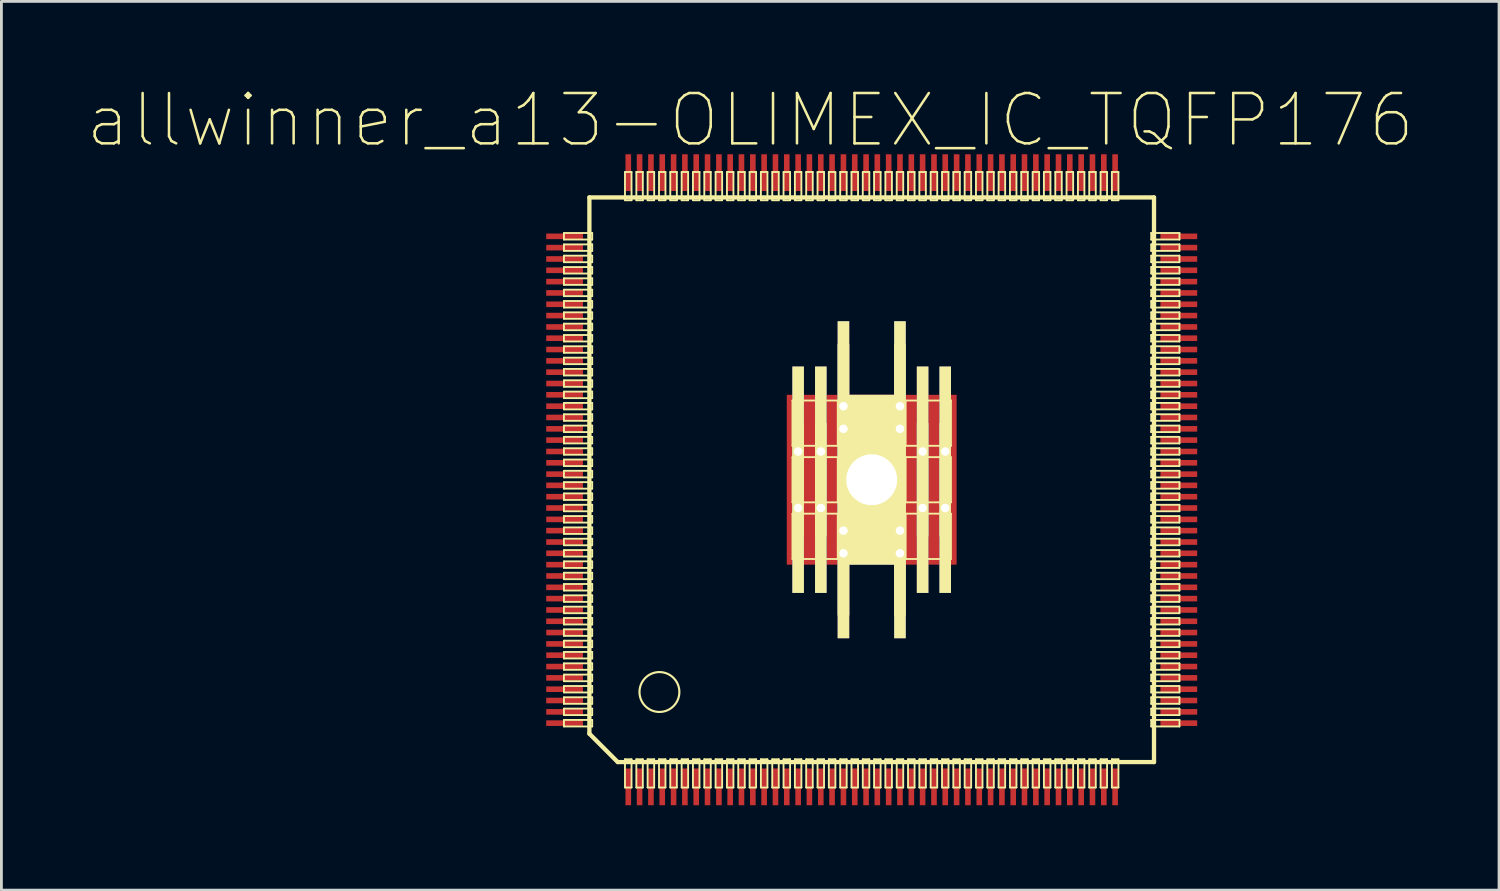
<source format=kicad_pcb>
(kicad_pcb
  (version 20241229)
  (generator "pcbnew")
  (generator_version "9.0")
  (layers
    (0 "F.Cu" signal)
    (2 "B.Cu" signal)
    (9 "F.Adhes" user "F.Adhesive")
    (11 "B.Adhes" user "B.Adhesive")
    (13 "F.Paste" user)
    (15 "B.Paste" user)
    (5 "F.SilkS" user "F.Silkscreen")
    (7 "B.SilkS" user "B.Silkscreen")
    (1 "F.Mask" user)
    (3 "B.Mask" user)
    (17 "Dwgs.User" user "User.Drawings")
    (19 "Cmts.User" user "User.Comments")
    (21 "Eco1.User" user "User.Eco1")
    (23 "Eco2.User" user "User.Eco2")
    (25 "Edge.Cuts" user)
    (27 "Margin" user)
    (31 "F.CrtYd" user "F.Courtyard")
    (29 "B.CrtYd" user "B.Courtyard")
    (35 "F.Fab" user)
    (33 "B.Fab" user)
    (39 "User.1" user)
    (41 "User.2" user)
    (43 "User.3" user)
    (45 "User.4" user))
  (footprint "allwinner_a13-OLIMEX_IC_TQFP176"
    (layer "F.Cu")
    (at 27.741 13.896)
    (property "Reference" "allwinner_a13-OLIMEX_IC_TQFP176" (at -4.29 -12.7 0) (layer "F.SilkS") (effects (font (size 1.778 1.778) (thickness 0.089))))
    (attr smd)
    (fp_line (start -10.871 -8.715) (end -9.873 -8.715) (stroke (width 0.066) (type solid)) (layer "F.SilkS"))
    (fp_line (start -10.871 -8.484) (end -10.871 -8.715) (stroke (width 0.066) (type solid)) (layer "F.SilkS"))
    (fp_line (start -10.871 -8.484) (end -9.873 -8.484) (stroke (width 0.066) (type solid)) (layer "F.SilkS"))
    (fp_line (start -10.871 -8.313) (end -9.873 -8.313) (stroke (width 0.066) (type solid)) (layer "F.SilkS"))
    (fp_line (start -10.871 -8.085) (end -10.871 -8.313) (stroke (width 0.066) (type solid)) (layer "F.SilkS"))
    (fp_line (start -10.871 -8.085) (end -9.873 -8.085) (stroke (width 0.066) (type solid)) (layer "F.SilkS"))
    (fp_line (start -10.871 -7.915) (end -9.873 -7.915) (stroke (width 0.066) (type solid)) (layer "F.SilkS"))
    (fp_line (start -10.871 -7.684) (end -10.871 -7.915) (stroke (width 0.066) (type solid)) (layer "F.SilkS"))
    (fp_line (start -10.871 -7.684) (end -9.873 -7.684) (stroke (width 0.066) (type solid)) (layer "F.SilkS"))
    (fp_line (start -10.871 -7.513) (end -9.873 -7.513) (stroke (width 0.066) (type solid)) (layer "F.SilkS"))
    (fp_line (start -10.871 -7.285) (end -10.871 -7.513) (stroke (width 0.066) (type solid)) (layer "F.SilkS"))
    (fp_line (start -10.871 -7.285) (end -9.873 -7.285) (stroke (width 0.066) (type solid)) (layer "F.SilkS"))
    (fp_line (start -10.871 -7.115) (end -9.873 -7.115) (stroke (width 0.066) (type solid)) (layer "F.SilkS"))
    (fp_line (start -10.871 -6.883) (end -10.871 -7.115) (stroke (width 0.066) (type solid)) (layer "F.SilkS"))
    (fp_line (start -10.871 -6.883) (end -9.873 -6.883) (stroke (width 0.066) (type solid)) (layer "F.SilkS"))
    (fp_line (start -10.871 -6.713) (end -9.873 -6.713) (stroke (width 0.066) (type solid)) (layer "F.SilkS"))
    (fp_line (start -10.871 -6.485) (end -10.871 -6.713) (stroke (width 0.066) (type solid)) (layer "F.SilkS"))
    (fp_line (start -10.871 -6.485) (end -9.873 -6.485) (stroke (width 0.066) (type solid)) (layer "F.SilkS"))
    (fp_line (start -10.871 -6.314) (end -9.873 -6.314) (stroke (width 0.066) (type solid)) (layer "F.SilkS"))
    (fp_line (start -10.871 -6.083) (end -10.871 -6.314) (stroke (width 0.066) (type solid)) (layer "F.SilkS"))
    (fp_line (start -10.871 -6.083) (end -9.873 -6.083) (stroke (width 0.066) (type solid)) (layer "F.SilkS"))
    (fp_line (start -10.871 -5.913) (end -9.873 -5.913) (stroke (width 0.066) (type solid)) (layer "F.SilkS"))
    (fp_line (start -10.871 -5.685) (end -10.871 -5.913) (stroke (width 0.066) (type solid)) (layer "F.SilkS"))
    (fp_line (start -10.871 -5.685) (end -9.873 -5.685) (stroke (width 0.066) (type solid)) (layer "F.SilkS"))
    (fp_line (start -10.871 -5.514) (end -9.873 -5.514) (stroke (width 0.066) (type solid)) (layer "F.SilkS"))
    (fp_line (start -10.871 -5.283) (end -10.871 -5.514) (stroke (width 0.066) (type solid)) (layer "F.SilkS"))
    (fp_line (start -10.871 -5.283) (end -9.873 -5.283) (stroke (width 0.066) (type solid)) (layer "F.SilkS"))
    (fp_line (start -10.871 -5.113) (end -9.873 -5.113) (stroke (width 0.066) (type solid)) (layer "F.SilkS"))
    (fp_line (start -10.871 -4.884) (end -10.871 -5.113) (stroke (width 0.066) (type solid)) (layer "F.SilkS"))
    (fp_line (start -10.871 -4.884) (end -9.873 -4.884) (stroke (width 0.066) (type solid)) (layer "F.SilkS"))
    (fp_line (start -10.871 -4.714) (end -9.873 -4.714) (stroke (width 0.066) (type solid)) (layer "F.SilkS"))
    (fp_line (start -10.871 -4.483) (end -10.871 -4.714) (stroke (width 0.066) (type solid)) (layer "F.SilkS"))
    (fp_line (start -10.871 -4.483) (end -9.873 -4.483) (stroke (width 0.066) (type solid)) (layer "F.SilkS"))
    (fp_line (start -10.871 -4.313) (end -9.873 -4.313) (stroke (width 0.066) (type solid)) (layer "F.SilkS"))
    (fp_line (start -10.871 -4.084) (end -10.871 -4.313) (stroke (width 0.066) (type solid)) (layer "F.SilkS"))
    (fp_line (start -10.871 -4.084) (end -9.873 -4.084) (stroke (width 0.066) (type solid)) (layer "F.SilkS"))
    (fp_line (start -10.871 -3.914) (end -9.873 -3.914) (stroke (width 0.066) (type solid)) (layer "F.SilkS"))
    (fp_line (start -10.871 -3.683) (end -10.871 -3.914) (stroke (width 0.066) (type solid)) (layer "F.SilkS"))
    (fp_line (start -10.871 -3.683) (end -9.873 -3.683) (stroke (width 0.066) (type solid)) (layer "F.SilkS"))
    (fp_line (start -10.871 -3.513) (end -9.873 -3.513) (stroke (width 0.066) (type solid)) (layer "F.SilkS"))
    (fp_line (start -10.871 -3.284) (end -10.871 -3.513) (stroke (width 0.066) (type solid)) (layer "F.SilkS"))
    (fp_line (start -10.871 -3.284) (end -9.873 -3.284) (stroke (width 0.066) (type solid)) (layer "F.SilkS"))
    (fp_line (start -10.871 -3.114) (end -9.873 -3.114) (stroke (width 0.066) (type solid)) (layer "F.SilkS"))
    (fp_line (start -10.871 -2.883) (end -10.871 -3.114) (stroke (width 0.066) (type solid)) (layer "F.SilkS"))
    (fp_line (start -10.871 -2.883) (end -9.873 -2.883) (stroke (width 0.066) (type solid)) (layer "F.SilkS"))
    (fp_line (start -10.871 -2.713) (end -9.873 -2.713) (stroke (width 0.066) (type solid)) (layer "F.SilkS"))
    (fp_line (start -10.871 -2.484) (end -10.871 -2.713) (stroke (width 0.066) (type solid)) (layer "F.SilkS"))
    (fp_line (start -10.871 -2.484) (end -9.873 -2.484) (stroke (width 0.066) (type solid)) (layer "F.SilkS"))
    (fp_line (start -10.871 -2.314) (end -9.873 -2.314) (stroke (width 0.066) (type solid)) (layer "F.SilkS"))
    (fp_line (start -10.871 -2.083) (end -10.871 -2.314) (stroke (width 0.066) (type solid)) (layer "F.SilkS"))
    (fp_line (start -10.871 -2.083) (end -9.873 -2.083) (stroke (width 0.066) (type solid)) (layer "F.SilkS"))
    (fp_line (start -10.871 -1.913) (end -9.873 -1.913) (stroke (width 0.066) (type solid)) (layer "F.SilkS"))
    (fp_line (start -10.871 -1.684) (end -10.871 -1.913) (stroke (width 0.066) (type solid)) (layer "F.SilkS"))
    (fp_line (start -10.871 -1.684) (end -9.873 -1.684) (stroke (width 0.066) (type solid)) (layer "F.SilkS"))
    (fp_line (start -10.871 -1.514) (end -9.873 -1.514) (stroke (width 0.066) (type solid)) (layer "F.SilkS"))
    (fp_line (start -10.871 -1.283) (end -10.871 -1.514) (stroke (width 0.066) (type solid)) (layer "F.SilkS"))
    (fp_line (start -10.871 -1.283) (end -9.873 -1.283) (stroke (width 0.066) (type solid)) (layer "F.SilkS"))
    (fp_line (start -10.871 -1.113) (end -9.873 -1.113) (stroke (width 0.066) (type solid)) (layer "F.SilkS"))
    (fp_line (start -10.871 -0.884) (end -10.871 -1.113) (stroke (width 0.066) (type solid)) (layer "F.SilkS"))
    (fp_line (start -10.871 -0.884) (end -9.873 -0.884) (stroke (width 0.066) (type solid)) (layer "F.SilkS"))
    (fp_line (start -10.871 -0.714) (end -9.873 -0.714) (stroke (width 0.066) (type solid)) (layer "F.SilkS"))
    (fp_line (start -10.871 -0.483) (end -10.871 -0.714) (stroke (width 0.066) (type solid)) (layer "F.SilkS"))
    (fp_line (start -10.871 -0.483) (end -9.873 -0.483) (stroke (width 0.066) (type solid)) (layer "F.SilkS"))
    (fp_line (start -10.871 -0.315) (end -9.873 -0.315) (stroke (width 0.066) (type solid)) (layer "F.SilkS"))
    (fp_line (start -10.871 -0.084) (end -10.871 -0.315) (stroke (width 0.066) (type solid)) (layer "F.SilkS"))
    (fp_line (start -10.871 -0.084) (end -9.873 -0.084) (stroke (width 0.066) (type solid)) (layer "F.SilkS"))
    (fp_line (start -10.871 0.084) (end -9.873 0.084) (stroke (width 0.066) (type solid)) (layer "F.SilkS"))
    (fp_line (start -10.871 0.315) (end -10.871 0.084) (stroke (width 0.066) (type solid)) (layer "F.SilkS"))
    (fp_line (start -10.871 0.315) (end -9.873 0.315) (stroke (width 0.066) (type solid)) (layer "F.SilkS"))
    (fp_line (start -10.871 0.483) (end -9.873 0.483) (stroke (width 0.066) (type solid)) (layer "F.SilkS"))
    (fp_line (start -10.871 0.714) (end -10.871 0.483) (stroke (width 0.066) (type solid)) (layer "F.SilkS"))
    (fp_line (start -10.871 0.714) (end -9.873 0.714) (stroke (width 0.066) (type solid)) (layer "F.SilkS"))
    (fp_line (start -10.871 0.884) (end -9.873 0.884) (stroke (width 0.066) (type solid)) (layer "F.SilkS"))
    (fp_line (start -10.871 1.113) (end -10.871 0.884) (stroke (width 0.066) (type solid)) (layer "F.SilkS"))
    (fp_line (start -10.871 1.113) (end -9.873 1.113) (stroke (width 0.066) (type solid)) (layer "F.SilkS"))
    (fp_line (start -10.871 1.283) (end -9.873 1.283) (stroke (width 0.066) (type solid)) (layer "F.SilkS"))
    (fp_line (start -10.871 1.514) (end -10.871 1.283) (stroke (width 0.066) (type solid)) (layer "F.SilkS"))
    (fp_line (start -10.871 1.514) (end -9.873 1.514) (stroke (width 0.066) (type solid)) (layer "F.SilkS"))
    (fp_line (start -10.871 1.684) (end -9.873 1.684) (stroke (width 0.066) (type solid)) (layer "F.SilkS"))
    (fp_line (start -10.871 1.913) (end -10.871 1.684) (stroke (width 0.066) (type solid)) (layer "F.SilkS"))
    (fp_line (start -10.871 1.913) (end -9.873 1.913) (stroke (width 0.066) (type solid)) (layer "F.SilkS"))
    (fp_line (start -10.871 2.083) (end -9.873 2.083) (stroke (width 0.066) (type solid)) (layer "F.SilkS"))
    (fp_line (start -10.871 2.314) (end -10.871 2.083) (stroke (width 0.066) (type solid)) (layer "F.SilkS"))
    (fp_line (start -10.871 2.314) (end -9.873 2.314) (stroke (width 0.066) (type solid)) (layer "F.SilkS"))
    (fp_line (start -10.871 2.484) (end -9.873 2.484) (stroke (width 0.066) (type solid)) (layer "F.SilkS"))
    (fp_line (start -10.871 2.713) (end -10.871 2.484) (stroke (width 0.066) (type solid)) (layer "F.SilkS"))
    (fp_line (start -10.871 2.713) (end -9.873 2.713) (stroke (width 0.066) (type solid)) (layer "F.SilkS"))
    (fp_line (start -10.871 2.883) (end -9.873 2.883) (stroke (width 0.066) (type solid)) (layer "F.SilkS"))
    (fp_line (start -10.871 3.114) (end -10.871 2.883) (stroke (width 0.066) (type solid)) (layer "F.SilkS"))
    (fp_line (start -10.871 3.114) (end -9.873 3.114) (stroke (width 0.066) (type solid)) (layer "F.SilkS"))
    (fp_line (start -10.871 3.284) (end -9.873 3.284) (stroke (width 0.066) (type solid)) (layer "F.SilkS"))
    (fp_line (start -10.871 3.513) (end -10.871 3.284) (stroke (width 0.066) (type solid)) (layer "F.SilkS"))
    (fp_line (start -10.871 3.513) (end -9.873 3.513) (stroke (width 0.066) (type solid)) (layer "F.SilkS"))
    (fp_line (start -10.871 3.683) (end -9.873 3.683) (stroke (width 0.066) (type solid)) (layer "F.SilkS"))
    (fp_line (start -10.871 3.914) (end -10.871 3.683) (stroke (width 0.066) (type solid)) (layer "F.SilkS"))
    (fp_line (start -10.871 3.914) (end -9.873 3.914) (stroke (width 0.066) (type solid)) (layer "F.SilkS"))
    (fp_line (start -10.871 4.084) (end -9.873 4.084) (stroke (width 0.066) (type solid)) (layer "F.SilkS"))
    (fp_line (start -10.871 4.313) (end -10.871 4.084) (stroke (width 0.066) (type solid)) (layer "F.SilkS"))
    (fp_line (start -10.871 4.313) (end -9.873 4.313) (stroke (width 0.066) (type solid)) (layer "F.SilkS"))
    (fp_line (start -10.871 4.483) (end -9.873 4.483) (stroke (width 0.066) (type solid)) (layer "F.SilkS"))
    (fp_line (start -10.871 4.714) (end -10.871 4.483) (stroke (width 0.066) (type solid)) (layer "F.SilkS"))
    (fp_line (start -10.871 4.714) (end -9.873 4.714) (stroke (width 0.066) (type solid)) (layer "F.SilkS"))
    (fp_line (start -10.871 4.884) (end -9.873 4.884) (stroke (width 0.066) (type solid)) (layer "F.SilkS"))
    (fp_line (start -10.871 5.113) (end -10.871 4.884) (stroke (width 0.066) (type solid)) (layer "F.SilkS"))
    (fp_line (start -10.871 5.113) (end -9.873 5.113) (stroke (width 0.066) (type solid)) (layer "F.SilkS"))
    (fp_line (start -10.871 5.283) (end -9.873 5.283) (stroke (width 0.066) (type solid)) (layer "F.SilkS"))
    (fp_line (start -10.871 5.514) (end -10.871 5.283) (stroke (width 0.066) (type solid)) (layer "F.SilkS"))
    (fp_line (start -10.871 5.514) (end -9.873 5.514) (stroke (width 0.066) (type solid)) (layer "F.SilkS"))
    (fp_line (start -10.871 5.685) (end -9.873 5.685) (stroke (width 0.066) (type solid)) (layer "F.SilkS"))
    (fp_line (start -10.871 5.913) (end -10.871 5.685) (stroke (width 0.066) (type solid)) (layer "F.SilkS"))
    (fp_line (start -10.871 5.913) (end -9.873 5.913) (stroke (width 0.066) (type solid)) (layer "F.SilkS"))
    (fp_line (start -10.871 6.083) (end -9.873 6.083) (stroke (width 0.066) (type solid)) (layer "F.SilkS"))
    (fp_line (start -10.871 6.314) (end -10.871 6.083) (stroke (width 0.066) (type solid)) (layer "F.SilkS"))
    (fp_line (start -10.871 6.314) (end -9.873 6.314) (stroke (width 0.066) (type solid)) (layer "F.SilkS"))
    (fp_line (start -10.871 6.485) (end -9.873 6.485) (stroke (width 0.066) (type solid)) (layer "F.SilkS"))
    (fp_line (start -10.871 6.713) (end -10.871 6.485) (stroke (width 0.066) (type solid)) (layer "F.SilkS"))
    (fp_line (start -10.871 6.713) (end -9.873 6.713) (stroke (width 0.066) (type solid)) (layer "F.SilkS"))
    (fp_line (start -10.871 6.883) (end -9.873 6.883) (stroke (width 0.066) (type solid)) (layer "F.SilkS"))
    (fp_line (start -10.871 7.115) (end -10.871 6.883) (stroke (width 0.066) (type solid)) (layer "F.SilkS"))
    (fp_line (start -10.871 7.115) (end -9.873 7.115) (stroke (width 0.066) (type solid)) (layer "F.SilkS"))
    (fp_line (start -10.871 7.285) (end -9.873 7.285) (stroke (width 0.066) (type solid)) (layer "F.SilkS"))
    (fp_line (start -10.871 7.513) (end -10.871 7.285) (stroke (width 0.066) (type solid)) (layer "F.SilkS"))
    (fp_line (start -10.871 7.513) (end -9.873 7.513) (stroke (width 0.066) (type solid)) (layer "F.SilkS"))
    (fp_line (start -10.871 7.684) (end -9.873 7.684) (stroke (width 0.066) (type solid)) (layer "F.SilkS"))
    (fp_line (start -10.871 7.915) (end -10.871 7.684) (stroke (width 0.066) (type solid)) (layer "F.SilkS"))
    (fp_line (start -10.871 7.915) (end -9.873 7.915) (stroke (width 0.066) (type solid)) (layer "F.SilkS"))
    (fp_line (start -10.871 8.085) (end -9.873 8.085) (stroke (width 0.066) (type solid)) (layer "F.SilkS"))
    (fp_line (start -10.871 8.313) (end -10.871 8.085) (stroke (width 0.066) (type solid)) (layer "F.SilkS"))
    (fp_line (start -10.871 8.313) (end -9.873 8.313) (stroke (width 0.066) (type solid)) (layer "F.SilkS"))
    (fp_line (start -10.871 8.484) (end -9.873 8.484) (stroke (width 0.066) (type solid)) (layer "F.SilkS"))
    (fp_line (start -10.871 8.715) (end -10.871 8.484) (stroke (width 0.066) (type solid)) (layer "F.SilkS"))
    (fp_line (start -10.871 8.715) (end -9.873 8.715) (stroke (width 0.066) (type solid)) (layer "F.SilkS"))
    (fp_line (start -9.972 -9.972) (end 9.972 -9.972) (stroke (width 0.152) (type solid)) (layer "F.SilkS"))
    (fp_line (start -9.972 8.971) (end -9.972 -9.972) (stroke (width 0.152) (type solid)) (layer "F.SilkS"))
    (fp_line (start -9.873 -8.484) (end -9.873 -8.715) (stroke (width 0.066) (type solid)) (layer "F.SilkS"))
    (fp_line (start -9.873 -8.085) (end -9.873 -8.313) (stroke (width 0.066) (type solid)) (layer "F.SilkS"))
    (fp_line (start -9.873 -7.684) (end -9.873 -7.915) (stroke (width 0.066) (type solid)) (layer "F.SilkS"))
    (fp_line (start -9.873 -7.285) (end -9.873 -7.513) (stroke (width 0.066) (type solid)) (layer "F.SilkS"))
    (fp_line (start -9.873 -6.883) (end -9.873 -7.115) (stroke (width 0.066) (type solid)) (layer "F.SilkS"))
    (fp_line (start -9.873 -6.485) (end -9.873 -6.713) (stroke (width 0.066) (type solid)) (layer "F.SilkS"))
    (fp_line (start -9.873 -6.083) (end -9.873 -6.314) (stroke (width 0.066) (type solid)) (layer "F.SilkS"))
    (fp_line (start -9.873 -5.685) (end -9.873 -5.913) (stroke (width 0.066) (type solid)) (layer "F.SilkS"))
    (fp_line (start -9.873 -5.283) (end -9.873 -5.514) (stroke (width 0.066) (type solid)) (layer "F.SilkS"))
    (fp_line (start -9.873 -4.884) (end -9.873 -5.113) (stroke (width 0.066) (type solid)) (layer "F.SilkS"))
    (fp_line (start -9.873 -4.483) (end -9.873 -4.714) (stroke (width 0.066) (type solid)) (layer "F.SilkS"))
    (fp_line (start -9.873 -4.084) (end -9.873 -4.313) (stroke (width 0.066) (type solid)) (layer "F.SilkS"))
    (fp_line (start -9.873 -3.683) (end -9.873 -3.914) (stroke (width 0.066) (type solid)) (layer "F.SilkS"))
    (fp_line (start -9.873 -3.284) (end -9.873 -3.513) (stroke (width 0.066) (type solid)) (layer "F.SilkS"))
    (fp_line (start -9.873 -2.883) (end -9.873 -3.114) (stroke (width 0.066) (type solid)) (layer "F.SilkS"))
    (fp_line (start -9.873 -2.484) (end -9.873 -2.713) (stroke (width 0.066) (type solid)) (layer "F.SilkS"))
    (fp_line (start -9.873 -2.083) (end -9.873 -2.314) (stroke (width 0.066) (type solid)) (layer "F.SilkS"))
    (fp_line (start -9.873 -1.684) (end -9.873 -1.913) (stroke (width 0.066) (type solid)) (layer "F.SilkS"))
    (fp_line (start -9.873 -1.283) (end -9.873 -1.514) (stroke (width 0.066) (type solid)) (layer "F.SilkS"))
    (fp_line (start -9.873 -0.884) (end -9.873 -1.113) (stroke (width 0.066) (type solid)) (layer "F.SilkS"))
    (fp_line (start -9.873 -0.483) (end -9.873 -0.714) (stroke (width 0.066) (type solid)) (layer "F.SilkS"))
    (fp_line (start -9.873 -0.084) (end -9.873 -0.315) (stroke (width 0.066) (type solid)) (layer "F.SilkS"))
    (fp_line (start -9.873 0.315) (end -9.873 0.084) (stroke (width 0.066) (type solid)) (layer "F.SilkS"))
    (fp_line (start -9.873 0.714) (end -9.873 0.483) (stroke (width 0.066) (type solid)) (layer "F.SilkS"))
    (fp_line (start -9.873 1.113) (end -9.873 0.884) (stroke (width 0.066) (type solid)) (layer "F.SilkS"))
    (fp_line (start -9.873 1.514) (end -9.873 1.283) (stroke (width 0.066) (type solid)) (layer "F.SilkS"))
    (fp_line (start -9.873 1.913) (end -9.873 1.684) (stroke (width 0.066) (type solid)) (layer "F.SilkS"))
    (fp_line (start -9.873 2.314) (end -9.873 2.083) (stroke (width 0.066) (type solid)) (layer "F.SilkS"))
    (fp_line (start -9.873 2.713) (end -9.873 2.484) (stroke (width 0.066) (type solid)) (layer "F.SilkS"))
    (fp_line (start -9.873 3.114) (end -9.873 2.883) (stroke (width 0.066) (type solid)) (layer "F.SilkS"))
    (fp_line (start -9.873 3.513) (end -9.873 3.284) (stroke (width 0.066) (type solid)) (layer "F.SilkS"))
    (fp_line (start -9.873 3.914) (end -9.873 3.683) (stroke (width 0.066) (type solid)) (layer "F.SilkS"))
    (fp_line (start -9.873 4.313) (end -9.873 4.084) (stroke (width 0.066) (type solid)) (layer "F.SilkS"))
    (fp_line (start -9.873 4.714) (end -9.873 4.483) (stroke (width 0.066) (type solid)) (layer "F.SilkS"))
    (fp_line (start -9.873 5.113) (end -9.873 4.884) (stroke (width 0.066) (type solid)) (layer "F.SilkS"))
    (fp_line (start -9.873 5.514) (end -9.873 5.283) (stroke (width 0.066) (type solid)) (layer "F.SilkS"))
    (fp_line (start -9.873 5.913) (end -9.873 5.685) (stroke (width 0.066) (type solid)) (layer "F.SilkS"))
    (fp_line (start -9.873 6.314) (end -9.873 6.083) (stroke (width 0.066) (type solid)) (layer "F.SilkS"))
    (fp_line (start -9.873 6.713) (end -9.873 6.485) (stroke (width 0.066) (type solid)) (layer "F.SilkS"))
    (fp_line (start -9.873 7.115) (end -9.873 6.883) (stroke (width 0.066) (type solid)) (layer "F.SilkS"))
    (fp_line (start -9.873 7.513) (end -9.873 7.285) (stroke (width 0.066) (type solid)) (layer "F.SilkS"))
    (fp_line (start -9.873 7.915) (end -9.873 7.684) (stroke (width 0.066) (type solid)) (layer "F.SilkS"))
    (fp_line (start -9.873 8.313) (end -9.873 8.085) (stroke (width 0.066) (type solid)) (layer "F.SilkS"))
    (fp_line (start -9.873 8.715) (end -9.873 8.484) (stroke (width 0.066) (type solid)) (layer "F.SilkS"))
    (fp_line (start -8.971 9.972) (end -9.972 8.971) (stroke (width 0.152) (type solid)) (layer "F.SilkS"))
    (fp_line (start -8.715 -10.871) (end -8.484 -10.871) (stroke (width 0.066) (type solid)) (layer "F.SilkS"))
    (fp_line (start -8.715 -9.873) (end -8.715 -10.871) (stroke (width 0.066) (type solid)) (layer "F.SilkS"))
    (fp_line (start -8.715 -9.873) (end -8.484 -9.873) (stroke (width 0.066) (type solid)) (layer "F.SilkS"))
    (fp_line (start -8.715 9.873) (end -8.484 9.873) (stroke (width 0.066) (type solid)) (layer "F.SilkS"))
    (fp_line (start -8.715 10.871) (end -8.715 9.873) (stroke (width 0.066) (type solid)) (layer "F.SilkS"))
    (fp_line (start -8.715 10.871) (end -8.484 10.871) (stroke (width 0.066) (type solid)) (layer "F.SilkS"))
    (fp_line (start -8.484 -9.873) (end -8.484 -10.871) (stroke (width 0.066) (type solid)) (layer "F.SilkS"))
    (fp_line (start -8.484 10.871) (end -8.484 9.873) (stroke (width 0.066) (type solid)) (layer "F.SilkS"))
    (fp_line (start -8.313 -10.871) (end -8.085 -10.871) (stroke (width 0.066) (type solid)) (layer "F.SilkS"))
    (fp_line (start -8.313 -9.873) (end -8.313 -10.871) (stroke (width 0.066) (type solid)) (layer "F.SilkS"))
    (fp_line (start -8.313 -9.873) (end -8.085 -9.873) (stroke (width 0.066) (type solid)) (layer "F.SilkS"))
    (fp_line (start -8.313 9.873) (end -8.085 9.873) (stroke (width 0.066) (type solid)) (layer "F.SilkS"))
    (fp_line (start -8.313 10.871) (end -8.313 9.873) (stroke (width 0.066) (type solid)) (layer "F.SilkS"))
    (fp_line (start -8.313 10.871) (end -8.085 10.871) (stroke (width 0.066) (type solid)) (layer "F.SilkS"))
    (fp_line (start -8.085 -9.873) (end -8.085 -10.871) (stroke (width 0.066) (type solid)) (layer "F.SilkS"))
    (fp_line (start -8.085 10.871) (end -8.085 9.873) (stroke (width 0.066) (type solid)) (layer "F.SilkS"))
    (fp_line (start -7.915 -10.871) (end -7.684 -10.871) (stroke (width 0.066) (type solid)) (layer "F.SilkS"))
    (fp_line (start -7.915 -9.873) (end -7.915 -10.871) (stroke (width 0.066) (type solid)) (layer "F.SilkS"))
    (fp_line (start -7.915 -9.873) (end -7.684 -9.873) (stroke (width 0.066) (type solid)) (layer "F.SilkS"))
    (fp_line (start -7.915 9.873) (end -7.684 9.873) (stroke (width 0.066) (type solid)) (layer "F.SilkS"))
    (fp_line (start -7.915 10.871) (end -7.915 9.873) (stroke (width 0.066) (type solid)) (layer "F.SilkS"))
    (fp_line (start -7.915 10.871) (end -7.684 10.871) (stroke (width 0.066) (type solid)) (layer "F.SilkS"))
    (fp_line (start -7.684 -9.873) (end -7.684 -10.871) (stroke (width 0.066) (type solid)) (layer "F.SilkS"))
    (fp_line (start -7.684 10.871) (end -7.684 9.873) (stroke (width 0.066) (type solid)) (layer "F.SilkS"))
    (fp_line (start -7.513 -10.871) (end -7.285 -10.871) (stroke (width 0.066) (type solid)) (layer "F.SilkS"))
    (fp_line (start -7.513 -9.873) (end -7.513 -10.871) (stroke (width 0.066) (type solid)) (layer "F.SilkS"))
    (fp_line (start -7.513 -9.873) (end -7.285 -9.873) (stroke (width 0.066) (type solid)) (layer "F.SilkS"))
    (fp_line (start -7.513 9.873) (end -7.285 9.873) (stroke (width 0.066) (type solid)) (layer "F.SilkS"))
    (fp_line (start -7.513 10.871) (end -7.513 9.873) (stroke (width 0.066) (type solid)) (layer "F.SilkS"))
    (fp_line (start -7.513 10.871) (end -7.285 10.871) (stroke (width 0.066) (type solid)) (layer "F.SilkS"))
    (fp_line (start -7.285 -9.873) (end -7.285 -10.871) (stroke (width 0.066) (type solid)) (layer "F.SilkS"))
    (fp_line (start -7.285 10.871) (end -7.285 9.873) (stroke (width 0.066) (type solid)) (layer "F.SilkS"))
    (fp_line (start -7.115 -10.871) (end -6.883 -10.871) (stroke (width 0.066) (type solid)) (layer "F.SilkS"))
    (fp_line (start -7.115 -9.873) (end -7.115 -10.871) (stroke (width 0.066) (type solid)) (layer "F.SilkS"))
    (fp_line (start -7.115 -9.873) (end -6.883 -9.873) (stroke (width 0.066) (type solid)) (layer "F.SilkS"))
    (fp_line (start -7.115 9.873) (end -6.883 9.873) (stroke (width 0.066) (type solid)) (layer "F.SilkS"))
    (fp_line (start -7.115 10.871) (end -7.115 9.873) (stroke (width 0.066) (type solid)) (layer "F.SilkS"))
    (fp_line (start -7.115 10.871) (end -6.883 10.871) (stroke (width 0.066) (type solid)) (layer "F.SilkS"))
    (fp_line (start -6.883 -9.873) (end -6.883 -10.871) (stroke (width 0.066) (type solid)) (layer "F.SilkS"))
    (fp_line (start -6.883 10.871) (end -6.883 9.873) (stroke (width 0.066) (type solid)) (layer "F.SilkS"))
    (fp_line (start -6.713 -10.871) (end -6.485 -10.871) (stroke (width 0.066) (type solid)) (layer "F.SilkS"))
    (fp_line (start -6.713 -9.873) (end -6.713 -10.871) (stroke (width 0.066) (type solid)) (layer "F.SilkS"))
    (fp_line (start -6.713 -9.873) (end -6.485 -9.873) (stroke (width 0.066) (type solid)) (layer "F.SilkS"))
    (fp_line (start -6.713 9.873) (end -6.485 9.873) (stroke (width 0.066) (type solid)) (layer "F.SilkS"))
    (fp_line (start -6.713 10.871) (end -6.713 9.873) (stroke (width 0.066) (type solid)) (layer "F.SilkS"))
    (fp_line (start -6.713 10.871) (end -6.485 10.871) (stroke (width 0.066) (type solid)) (layer "F.SilkS"))
    (fp_line (start -6.485 -9.873) (end -6.485 -10.871) (stroke (width 0.066) (type solid)) (layer "F.SilkS"))
    (fp_line (start -6.485 10.871) (end -6.485 9.873) (stroke (width 0.066) (type solid)) (layer "F.SilkS"))
    (fp_line (start -6.314 -10.871) (end -6.083 -10.871) (stroke (width 0.066) (type solid)) (layer "F.SilkS"))
    (fp_line (start -6.314 -9.873) (end -6.314 -10.871) (stroke (width 0.066) (type solid)) (layer "F.SilkS"))
    (fp_line (start -6.314 -9.873) (end -6.083 -9.873) (stroke (width 0.066) (type solid)) (layer "F.SilkS"))
    (fp_line (start -6.314 9.873) (end -6.083 9.873) (stroke (width 0.066) (type solid)) (layer "F.SilkS"))
    (fp_line (start -6.314 10.871) (end -6.314 9.873) (stroke (width 0.066) (type solid)) (layer "F.SilkS"))
    (fp_line (start -6.314 10.871) (end -6.083 10.871) (stroke (width 0.066) (type solid)) (layer "F.SilkS"))
    (fp_line (start -6.083 -9.873) (end -6.083 -10.871) (stroke (width 0.066) (type solid)) (layer "F.SilkS"))
    (fp_line (start -6.083 10.871) (end -6.083 9.873) (stroke (width 0.066) (type solid)) (layer "F.SilkS"))
    (fp_line (start -5.913 -10.871) (end -5.685 -10.871) (stroke (width 0.066) (type solid)) (layer "F.SilkS"))
    (fp_line (start -5.913 -9.873) (end -5.913 -10.871) (stroke (width 0.066) (type solid)) (layer "F.SilkS"))
    (fp_line (start -5.913 -9.873) (end -5.685 -9.873) (stroke (width 0.066) (type solid)) (layer "F.SilkS"))
    (fp_line (start -5.913 9.873) (end -5.685 9.873) (stroke (width 0.066) (type solid)) (layer "F.SilkS"))
    (fp_line (start -5.913 10.871) (end -5.913 9.873) (stroke (width 0.066) (type solid)) (layer "F.SilkS"))
    (fp_line (start -5.913 10.871) (end -5.685 10.871) (stroke (width 0.066) (type solid)) (layer "F.SilkS"))
    (fp_line (start -5.685 -9.873) (end -5.685 -10.871) (stroke (width 0.066) (type solid)) (layer "F.SilkS"))
    (fp_line (start -5.685 10.871) (end -5.685 9.873) (stroke (width 0.066) (type solid)) (layer "F.SilkS"))
    (fp_line (start -5.514 -10.871) (end -5.283 -10.871) (stroke (width 0.066) (type solid)) (layer "F.SilkS"))
    (fp_line (start -5.514 -9.873) (end -5.514 -10.871) (stroke (width 0.066) (type solid)) (layer "F.SilkS"))
    (fp_line (start -5.514 -9.873) (end -5.283 -9.873) (stroke (width 0.066) (type solid)) (layer "F.SilkS"))
    (fp_line (start -5.514 9.873) (end -5.283 9.873) (stroke (width 0.066) (type solid)) (layer "F.SilkS"))
    (fp_line (start -5.514 10.871) (end -5.514 9.873) (stroke (width 0.066) (type solid)) (layer "F.SilkS"))
    (fp_line (start -5.514 10.871) (end -5.283 10.871) (stroke (width 0.066) (type solid)) (layer "F.SilkS"))
    (fp_line (start -5.283 -9.873) (end -5.283 -10.871) (stroke (width 0.066) (type solid)) (layer "F.SilkS"))
    (fp_line (start -5.283 10.871) (end -5.283 9.873) (stroke (width 0.066) (type solid)) (layer "F.SilkS"))
    (fp_line (start -5.113 -10.871) (end -4.884 -10.871) (stroke (width 0.066) (type solid)) (layer "F.SilkS"))
    (fp_line (start -5.113 -9.873) (end -5.113 -10.871) (stroke (width 0.066) (type solid)) (layer "F.SilkS"))
    (fp_line (start -5.113 -9.873) (end -4.884 -9.873) (stroke (width 0.066) (type solid)) (layer "F.SilkS"))
    (fp_line (start -5.113 9.873) (end -4.884 9.873) (stroke (width 0.066) (type solid)) (layer "F.SilkS"))
    (fp_line (start -5.113 10.871) (end -5.113 9.873) (stroke (width 0.066) (type solid)) (layer "F.SilkS"))
    (fp_line (start -5.113 10.871) (end -4.884 10.871) (stroke (width 0.066) (type solid)) (layer "F.SilkS"))
    (fp_line (start -4.884 -9.873) (end -4.884 -10.871) (stroke (width 0.066) (type solid)) (layer "F.SilkS"))
    (fp_line (start -4.884 10.871) (end -4.884 9.873) (stroke (width 0.066) (type solid)) (layer "F.SilkS"))
    (fp_line (start -4.714 -10.871) (end -4.483 -10.871) (stroke (width 0.066) (type solid)) (layer "F.SilkS"))
    (fp_line (start -4.714 -9.873) (end -4.714 -10.871) (stroke (width 0.066) (type solid)) (layer "F.SilkS"))
    (fp_line (start -4.714 -9.873) (end -4.483 -9.873) (stroke (width 0.066) (type solid)) (layer "F.SilkS"))
    (fp_line (start -4.714 9.873) (end -4.483 9.873) (stroke (width 0.066) (type solid)) (layer "F.SilkS"))
    (fp_line (start -4.714 10.871) (end -4.714 9.873) (stroke (width 0.066) (type solid)) (layer "F.SilkS"))
    (fp_line (start -4.714 10.871) (end -4.483 10.871) (stroke (width 0.066) (type solid)) (layer "F.SilkS"))
    (fp_line (start -4.483 -9.873) (end -4.483 -10.871) (stroke (width 0.066) (type solid)) (layer "F.SilkS"))
    (fp_line (start -4.483 10.871) (end -4.483 9.873) (stroke (width 0.066) (type solid)) (layer "F.SilkS"))
    (fp_line (start -4.313 -10.871) (end -4.084 -10.871) (stroke (width 0.066) (type solid)) (layer "F.SilkS"))
    (fp_line (start -4.313 -9.873) (end -4.313 -10.871) (stroke (width 0.066) (type solid)) (layer "F.SilkS"))
    (fp_line (start -4.313 -9.873) (end -4.084 -9.873) (stroke (width 0.066) (type solid)) (layer "F.SilkS"))
    (fp_line (start -4.313 9.873) (end -4.084 9.873) (stroke (width 0.066) (type solid)) (layer "F.SilkS"))
    (fp_line (start -4.313 10.871) (end -4.313 9.873) (stroke (width 0.066) (type solid)) (layer "F.SilkS"))
    (fp_line (start -4.313 10.871) (end -4.084 10.871) (stroke (width 0.066) (type solid)) (layer "F.SilkS"))
    (fp_line (start -4.084 -9.873) (end -4.084 -10.871) (stroke (width 0.066) (type solid)) (layer "F.SilkS"))
    (fp_line (start -4.084 10.871) (end -4.084 9.873) (stroke (width 0.066) (type solid)) (layer "F.SilkS"))
    (fp_line (start -3.914 -10.871) (end -3.683 -10.871) (stroke (width 0.066) (type solid)) (layer "F.SilkS"))
    (fp_line (start -3.914 -9.873) (end -3.914 -10.871) (stroke (width 0.066) (type solid)) (layer "F.SilkS"))
    (fp_line (start -3.914 -9.873) (end -3.683 -9.873) (stroke (width 0.066) (type solid)) (layer "F.SilkS"))
    (fp_line (start -3.914 9.873) (end -3.683 9.873) (stroke (width 0.066) (type solid)) (layer "F.SilkS"))
    (fp_line (start -3.914 10.871) (end -3.914 9.873) (stroke (width 0.066) (type solid)) (layer "F.SilkS"))
    (fp_line (start -3.914 10.871) (end -3.683 10.871) (stroke (width 0.066) (type solid)) (layer "F.SilkS"))
    (fp_line (start -3.683 -9.873) (end -3.683 -10.871) (stroke (width 0.066) (type solid)) (layer "F.SilkS"))
    (fp_line (start -3.683 10.871) (end -3.683 9.873) (stroke (width 0.066) (type solid)) (layer "F.SilkS"))
    (fp_line (start -3.513 -10.871) (end -3.284 -10.871) (stroke (width 0.066) (type solid)) (layer "F.SilkS"))
    (fp_line (start -3.513 -9.873) (end -3.513 -10.871) (stroke (width 0.066) (type solid)) (layer "F.SilkS"))
    (fp_line (start -3.513 -9.873) (end -3.284 -9.873) (stroke (width 0.066) (type solid)) (layer "F.SilkS"))
    (fp_line (start -3.513 9.873) (end -3.284 9.873) (stroke (width 0.066) (type solid)) (layer "F.SilkS"))
    (fp_line (start -3.513 10.871) (end -3.513 9.873) (stroke (width 0.066) (type solid)) (layer "F.SilkS"))
    (fp_line (start -3.513 10.871) (end -3.284 10.871) (stroke (width 0.066) (type solid)) (layer "F.SilkS"))
    (fp_line (start -3.284 -9.873) (end -3.284 -10.871) (stroke (width 0.066) (type solid)) (layer "F.SilkS"))
    (fp_line (start -3.284 10.871) (end -3.284 9.873) (stroke (width 0.066) (type solid)) (layer "F.SilkS"))
    (fp_line (start -3.114 -10.871) (end -2.883 -10.871) (stroke (width 0.066) (type solid)) (layer "F.SilkS"))
    (fp_line (start -3.114 -9.873) (end -3.114 -10.871) (stroke (width 0.066) (type solid)) (layer "F.SilkS"))
    (fp_line (start -3.114 -9.873) (end -2.883 -9.873) (stroke (width 0.066) (type solid)) (layer "F.SilkS"))
    (fp_line (start -3.114 9.873) (end -2.883 9.873) (stroke (width 0.066) (type solid)) (layer "F.SilkS"))
    (fp_line (start -3.114 10.871) (end -3.114 9.873) (stroke (width 0.066) (type solid)) (layer "F.SilkS"))
    (fp_line (start -3.114 10.871) (end -2.883 10.871) (stroke (width 0.066) (type solid)) (layer "F.SilkS"))
    (fp_line (start -2.883 -9.873) (end -2.883 -10.871) (stroke (width 0.066) (type solid)) (layer "F.SilkS"))
    (fp_line (start -2.883 10.871) (end -2.883 9.873) (stroke (width 0.066) (type solid)) (layer "F.SilkS"))
    (fp_line (start -2.799 -2.799) (end -1.199 -2.799) (stroke (width 0.066) (type solid)) (layer "F.SilkS"))
    (fp_line (start -2.799 -1.199) (end -2.799 -2.799) (stroke (width 0.066) (type solid)) (layer "F.SilkS"))
    (fp_line (start -2.799 -1.199) (end -1.199 -1.199) (stroke (width 0.066) (type solid)) (layer "F.SilkS"))
    (fp_line (start -2.799 -0.798) (end -1.199 -0.798) (stroke (width 0.066) (type solid)) (layer "F.SilkS"))
    (fp_line (start -2.799 0.798) (end -2.799 -0.798) (stroke (width 0.066) (type solid)) (layer "F.SilkS"))
    (fp_line (start -2.799 0.798) (end -1.199 0.798) (stroke (width 0.066) (type solid)) (layer "F.SilkS"))
    (fp_line (start -2.799 1.199) (end -1.199 1.199) (stroke (width 0.066) (type solid)) (layer "F.SilkS"))
    (fp_line (start -2.799 2.799) (end -2.799 1.199) (stroke (width 0.066) (type solid)) (layer "F.SilkS"))
    (fp_line (start -2.799 2.799) (end -1.199 2.799) (stroke (width 0.066) (type solid)) (layer "F.SilkS"))
    (fp_line (start -2.713 -10.871) (end -2.484 -10.871) (stroke (width 0.066) (type solid)) (layer "F.SilkS"))
    (fp_line (start -2.713 -9.873) (end -2.713 -10.871) (stroke (width 0.066) (type solid)) (layer "F.SilkS"))
    (fp_line (start -2.713 -9.873) (end -2.484 -9.873) (stroke (width 0.066) (type solid)) (layer "F.SilkS"))
    (fp_line (start -2.713 9.873) (end -2.484 9.873) (stroke (width 0.066) (type solid)) (layer "F.SilkS"))
    (fp_line (start -2.713 10.871) (end -2.713 9.873) (stroke (width 0.066) (type solid)) (layer "F.SilkS"))
    (fp_line (start -2.713 10.871) (end -2.484 10.871) (stroke (width 0.066) (type solid)) (layer "F.SilkS"))
    (fp_line (start -2.484 -9.873) (end -2.484 -10.871) (stroke (width 0.066) (type solid)) (layer "F.SilkS"))
    (fp_line (start -2.484 10.871) (end -2.484 9.873) (stroke (width 0.066) (type solid)) (layer "F.SilkS"))
    (fp_line (start -2.314 -10.871) (end -2.083 -10.871) (stroke (width 0.066) (type solid)) (layer "F.SilkS"))
    (fp_line (start -2.314 -9.873) (end -2.314 -10.871) (stroke (width 0.066) (type solid)) (layer "F.SilkS"))
    (fp_line (start -2.314 -9.873) (end -2.083 -9.873) (stroke (width 0.066) (type solid)) (layer "F.SilkS"))
    (fp_line (start -2.314 9.873) (end -2.083 9.873) (stroke (width 0.066) (type solid)) (layer "F.SilkS"))
    (fp_line (start -2.314 10.871) (end -2.314 9.873) (stroke (width 0.066) (type solid)) (layer "F.SilkS"))
    (fp_line (start -2.314 10.871) (end -2.083 10.871) (stroke (width 0.066) (type solid)) (layer "F.SilkS"))
    (fp_line (start -2.083 -9.873) (end -2.083 -10.871) (stroke (width 0.066) (type solid)) (layer "F.SilkS"))
    (fp_line (start -2.083 10.871) (end -2.083 9.873) (stroke (width 0.066) (type solid)) (layer "F.SilkS"))
    (fp_line (start -1.913 -10.871) (end -1.684 -10.871) (stroke (width 0.066) (type solid)) (layer "F.SilkS"))
    (fp_line (start -1.913 -9.873) (end -1.913 -10.871) (stroke (width 0.066) (type solid)) (layer "F.SilkS"))
    (fp_line (start -1.913 -9.873) (end -1.684 -9.873) (stroke (width 0.066) (type solid)) (layer "F.SilkS"))
    (fp_line (start -1.913 9.873) (end -1.684 9.873) (stroke (width 0.066) (type solid)) (layer "F.SilkS"))
    (fp_line (start -1.913 10.871) (end -1.913 9.873) (stroke (width 0.066) (type solid)) (layer "F.SilkS"))
    (fp_line (start -1.913 10.871) (end -1.684 10.871) (stroke (width 0.066) (type solid)) (layer "F.SilkS"))
    (fp_line (start -1.684 -9.873) (end -1.684 -10.871) (stroke (width 0.066) (type solid)) (layer "F.SilkS"))
    (fp_line (start -1.684 10.871) (end -1.684 9.873) (stroke (width 0.066) (type solid)) (layer "F.SilkS"))
    (fp_line (start -1.514 -10.871) (end -1.283 -10.871) (stroke (width 0.066) (type solid)) (layer "F.SilkS"))
    (fp_line (start -1.514 -9.873) (end -1.514 -10.871) (stroke (width 0.066) (type solid)) (layer "F.SilkS"))
    (fp_line (start -1.514 -9.873) (end -1.283 -9.873) (stroke (width 0.066) (type solid)) (layer "F.SilkS"))
    (fp_line (start -1.514 9.873) (end -1.283 9.873) (stroke (width 0.066) (type solid)) (layer "F.SilkS"))
    (fp_line (start -1.514 10.871) (end -1.514 9.873) (stroke (width 0.066) (type solid)) (layer "F.SilkS"))
    (fp_line (start -1.514 10.871) (end -1.283 10.871) (stroke (width 0.066) (type solid)) (layer "F.SilkS"))
    (fp_line (start -1.283 -9.873) (end -1.283 -10.871) (stroke (width 0.066) (type solid)) (layer "F.SilkS"))
    (fp_line (start -1.283 10.871) (end -1.283 9.873) (stroke (width 0.066) (type solid)) (layer "F.SilkS"))
    (fp_line (start -1.199 -1.199) (end -1.199 -2.799) (stroke (width 0.066) (type solid)) (layer "F.SilkS"))
    (fp_line (start -1.199 0.798) (end -1.199 -0.798) (stroke (width 0.066) (type solid)) (layer "F.SilkS"))
    (fp_line (start -1.199 2.799) (end -1.199 1.199) (stroke (width 0.066) (type solid)) (layer "F.SilkS"))
    (fp_line (start -1.113 -10.871) (end -0.884 -10.871) (stroke (width 0.066) (type solid)) (layer "F.SilkS"))
    (fp_line (start -1.113 -9.873) (end -1.113 -10.871) (stroke (width 0.066) (type solid)) (layer "F.SilkS"))
    (fp_line (start -1.113 -9.873) (end -0.884 -9.873) (stroke (width 0.066) (type solid)) (layer "F.SilkS"))
    (fp_line (start -1.113 9.873) (end -0.884 9.873) (stroke (width 0.066) (type solid)) (layer "F.SilkS"))
    (fp_line (start -1.113 10.871) (end -1.113 9.873) (stroke (width 0.066) (type solid)) (layer "F.SilkS"))
    (fp_line (start -1.113 10.871) (end -0.884 10.871) (stroke (width 0.066) (type solid)) (layer "F.SilkS"))
    (fp_line (start -0.884 -9.873) (end -0.884 -10.871) (stroke (width 0.066) (type solid)) (layer "F.SilkS"))
    (fp_line (start -0.884 10.871) (end -0.884 9.873) (stroke (width 0.066) (type solid)) (layer "F.SilkS"))
    (fp_line (start -0.798 -2.799) (end 0.798 -2.799) (stroke (width 0.066) (type solid)) (layer "F.SilkS"))
    (fp_line (start -0.798 -1.199) (end -0.798 -2.799) (stroke (width 0.066) (type solid)) (layer "F.SilkS"))
    (fp_line (start -0.798 -1.199) (end 0.798 -1.199) (stroke (width 0.066) (type solid)) (layer "F.SilkS"))
    (fp_line (start -0.798 1.199) (end 0.798 1.199) (stroke (width 0.066) (type solid)) (layer "F.SilkS"))
    (fp_line (start -0.798 2.799) (end -0.798 1.199) (stroke (width 0.066) (type solid)) (layer "F.SilkS"))
    (fp_line (start -0.798 2.799) (end 0.798 2.799) (stroke (width 0.066) (type solid)) (layer "F.SilkS"))
    (fp_line (start -0.714 -10.871) (end -0.483 -10.871) (stroke (width 0.066) (type solid)) (layer "F.SilkS"))
    (fp_line (start -0.714 -9.873) (end -0.714 -10.871) (stroke (width 0.066) (type solid)) (layer "F.SilkS"))
    (fp_line (start -0.714 -9.873) (end -0.483 -9.873) (stroke (width 0.066) (type solid)) (layer "F.SilkS"))
    (fp_line (start -0.714 9.873) (end -0.483 9.873) (stroke (width 0.066) (type solid)) (layer "F.SilkS"))
    (fp_line (start -0.714 10.871) (end -0.714 9.873) (stroke (width 0.066) (type solid)) (layer "F.SilkS"))
    (fp_line (start -0.714 10.871) (end -0.483 10.871) (stroke (width 0.066) (type solid)) (layer "F.SilkS"))
    (fp_line (start -0.483 -9.873) (end -0.483 -10.871) (stroke (width 0.066) (type solid)) (layer "F.SilkS"))
    (fp_line (start -0.483 10.871) (end -0.483 9.873) (stroke (width 0.066) (type solid)) (layer "F.SilkS"))
    (fp_line (start -0.315 -10.871) (end -0.084 -10.871) (stroke (width 0.066) (type solid)) (layer "F.SilkS"))
    (fp_line (start -0.315 -9.873) (end -0.315 -10.871) (stroke (width 0.066) (type solid)) (layer "F.SilkS"))
    (fp_line (start -0.315 -9.873) (end -0.084 -9.873) (stroke (width 0.066) (type solid)) (layer "F.SilkS"))
    (fp_line (start -0.315 9.873) (end -0.084 9.873) (stroke (width 0.066) (type solid)) (layer "F.SilkS"))
    (fp_line (start -0.315 10.871) (end -0.315 9.873) (stroke (width 0.066) (type solid)) (layer "F.SilkS"))
    (fp_line (start -0.315 10.871) (end -0.084 10.871) (stroke (width 0.066) (type solid)) (layer "F.SilkS"))
    (fp_line (start -0.084 -9.873) (end -0.084 -10.871) (stroke (width 0.066) (type solid)) (layer "F.SilkS"))
    (fp_line (start -0.084 10.871) (end -0.084 9.873) (stroke (width 0.066) (type solid)) (layer "F.SilkS"))
    (fp_line (start 0.084 -10.871) (end 0.315 -10.871) (stroke (width 0.066) (type solid)) (layer "F.SilkS"))
    (fp_line (start 0.084 -9.873) (end 0.084 -10.871) (stroke (width 0.066) (type solid)) (layer "F.SilkS"))
    (fp_line (start 0.084 -9.873) (end 0.315 -9.873) (stroke (width 0.066) (type solid)) (layer "F.SilkS"))
    (fp_line (start 0.084 9.873) (end 0.315 9.873) (stroke (width 0.066) (type solid)) (layer "F.SilkS"))
    (fp_line (start 0.084 10.871) (end 0.084 9.873) (stroke (width 0.066) (type solid)) (layer "F.SilkS"))
    (fp_line (start 0.084 10.871) (end 0.315 10.871) (stroke (width 0.066) (type solid)) (layer "F.SilkS"))
    (fp_line (start 0.315 -9.873) (end 0.315 -10.871) (stroke (width 0.066) (type solid)) (layer "F.SilkS"))
    (fp_line (start 0.315 10.871) (end 0.315 9.873) (stroke (width 0.066) (type solid)) (layer "F.SilkS"))
    (fp_line (start 0.483 -10.871) (end 0.714 -10.871) (stroke (width 0.066) (type solid)) (layer "F.SilkS"))
    (fp_line (start 0.483 -9.873) (end 0.483 -10.871) (stroke (width 0.066) (type solid)) (layer "F.SilkS"))
    (fp_line (start 0.483 -9.873) (end 0.714 -9.873) (stroke (width 0.066) (type solid)) (layer "F.SilkS"))
    (fp_line (start 0.483 9.873) (end 0.714 9.873) (stroke (width 0.066) (type solid)) (layer "F.SilkS"))
    (fp_line (start 0.483 10.871) (end 0.483 9.873) (stroke (width 0.066) (type solid)) (layer "F.SilkS"))
    (fp_line (start 0.483 10.871) (end 0.714 10.871) (stroke (width 0.066) (type solid)) (layer "F.SilkS"))
    (fp_line (start 0.714 -9.873) (end 0.714 -10.871) (stroke (width 0.066) (type solid)) (layer "F.SilkS"))
    (fp_line (start 0.714 10.871) (end 0.714 9.873) (stroke (width 0.066) (type solid)) (layer "F.SilkS"))
    (fp_line (start 0.798 -1.199) (end 0.798 -2.799) (stroke (width 0.066) (type solid)) (layer "F.SilkS"))
    (fp_line (start 0.798 2.799) (end 0.798 1.199) (stroke (width 0.066) (type solid)) (layer "F.SilkS"))
    (fp_line (start 0.884 -10.871) (end 1.113 -10.871) (stroke (width 0.066) (type solid)) (layer "F.SilkS"))
    (fp_line (start 0.884 -9.873) (end 0.884 -10.871) (stroke (width 0.066) (type solid)) (layer "F.SilkS"))
    (fp_line (start 0.884 -9.873) (end 1.113 -9.873) (stroke (width 0.066) (type solid)) (layer "F.SilkS"))
    (fp_line (start 0.884 9.873) (end 1.113 9.873) (stroke (width 0.066) (type solid)) (layer "F.SilkS"))
    (fp_line (start 0.884 10.871) (end 0.884 9.873) (stroke (width 0.066) (type solid)) (layer "F.SilkS"))
    (fp_line (start 0.884 10.871) (end 1.113 10.871) (stroke (width 0.066) (type solid)) (layer "F.SilkS"))
    (fp_line (start 1.113 -9.873) (end 1.113 -10.871) (stroke (width 0.066) (type solid)) (layer "F.SilkS"))
    (fp_line (start 1.113 10.871) (end 1.113 9.873) (stroke (width 0.066) (type solid)) (layer "F.SilkS"))
    (fp_line (start 1.199 -2.799) (end 2.799 -2.799) (stroke (width 0.066) (type solid)) (layer "F.SilkS"))
    (fp_line (start 1.199 -1.199) (end 1.199 -2.799) (stroke (width 0.066) (type solid)) (layer "F.SilkS"))
    (fp_line (start 1.199 -1.199) (end 2.799 -1.199) (stroke (width 0.066) (type solid)) (layer "F.SilkS"))
    (fp_line (start 1.199 -0.798) (end 2.799 -0.798) (stroke (width 0.066) (type solid)) (layer "F.SilkS"))
    (fp_line (start 1.199 0.798) (end 1.199 -0.798) (stroke (width 0.066) (type solid)) (layer "F.SilkS"))
    (fp_line (start 1.199 0.798) (end 2.799 0.798) (stroke (width 0.066) (type solid)) (layer "F.SilkS"))
    (fp_line (start 1.199 1.199) (end 2.799 1.199) (stroke (width 0.066) (type solid)) (layer "F.SilkS"))
    (fp_line (start 1.199 2.799) (end 1.199 1.199) (stroke (width 0.066) (type solid)) (layer "F.SilkS"))
    (fp_line (start 1.199 2.799) (end 2.799 2.799) (stroke (width 0.066) (type solid)) (layer "F.SilkS"))
    (fp_line (start 1.283 -10.871) (end 1.514 -10.871) (stroke (width 0.066) (type solid)) (layer "F.SilkS"))
    (fp_line (start 1.283 -9.873) (end 1.283 -10.871) (stroke (width 0.066) (type solid)) (layer "F.SilkS"))
    (fp_line (start 1.283 -9.873) (end 1.514 -9.873) (stroke (width 0.066) (type solid)) (layer "F.SilkS"))
    (fp_line (start 1.283 9.873) (end 1.514 9.873) (stroke (width 0.066) (type solid)) (layer "F.SilkS"))
    (fp_line (start 1.283 10.871) (end 1.283 9.873) (stroke (width 0.066) (type solid)) (layer "F.SilkS"))
    (fp_line (start 1.283 10.871) (end 1.514 10.871) (stroke (width 0.066) (type solid)) (layer "F.SilkS"))
    (fp_line (start 1.514 -9.873) (end 1.514 -10.871) (stroke (width 0.066) (type solid)) (layer "F.SilkS"))
    (fp_line (start 1.514 10.871) (end 1.514 9.873) (stroke (width 0.066) (type solid)) (layer "F.SilkS"))
    (fp_line (start 1.684 -10.871) (end 1.913 -10.871) (stroke (width 0.066) (type solid)) (layer "F.SilkS"))
    (fp_line (start 1.684 -9.873) (end 1.684 -10.871) (stroke (width 0.066) (type solid)) (layer "F.SilkS"))
    (fp_line (start 1.684 -9.873) (end 1.913 -9.873) (stroke (width 0.066) (type solid)) (layer "F.SilkS"))
    (fp_line (start 1.684 9.873) (end 1.913 9.873) (stroke (width 0.066) (type solid)) (layer "F.SilkS"))
    (fp_line (start 1.684 10.871) (end 1.684 9.873) (stroke (width 0.066) (type solid)) (layer "F.SilkS"))
    (fp_line (start 1.684 10.871) (end 1.913 10.871) (stroke (width 0.066) (type solid)) (layer "F.SilkS"))
    (fp_line (start 1.913 -9.873) (end 1.913 -10.871) (stroke (width 0.066) (type solid)) (layer "F.SilkS"))
    (fp_line (start 1.913 10.871) (end 1.913 9.873) (stroke (width 0.066) (type solid)) (layer "F.SilkS"))
    (fp_line (start 2.083 -10.871) (end 2.314 -10.871) (stroke (width 0.066) (type solid)) (layer "F.SilkS"))
    (fp_line (start 2.083 -9.873) (end 2.083 -10.871) (stroke (width 0.066) (type solid)) (layer "F.SilkS"))
    (fp_line (start 2.083 -9.873) (end 2.314 -9.873) (stroke (width 0.066) (type solid)) (layer "F.SilkS"))
    (fp_line (start 2.083 9.873) (end 2.314 9.873) (stroke (width 0.066) (type solid)) (layer "F.SilkS"))
    (fp_line (start 2.083 10.871) (end 2.083 9.873) (stroke (width 0.066) (type solid)) (layer "F.SilkS"))
    (fp_line (start 2.083 10.871) (end 2.314 10.871) (stroke (width 0.066) (type solid)) (layer "F.SilkS"))
    (fp_line (start 2.314 -9.873) (end 2.314 -10.871) (stroke (width 0.066) (type solid)) (layer "F.SilkS"))
    (fp_line (start 2.314 10.871) (end 2.314 9.873) (stroke (width 0.066) (type solid)) (layer "F.SilkS"))
    (fp_line (start 2.484 -10.871) (end 2.713 -10.871) (stroke (width 0.066) (type solid)) (layer "F.SilkS"))
    (fp_line (start 2.484 -9.873) (end 2.484 -10.871) (stroke (width 0.066) (type solid)) (layer "F.SilkS"))
    (fp_line (start 2.484 -9.873) (end 2.713 -9.873) (stroke (width 0.066) (type solid)) (layer "F.SilkS"))
    (fp_line (start 2.484 9.873) (end 2.713 9.873) (stroke (width 0.066) (type solid)) (layer "F.SilkS"))
    (fp_line (start 2.484 10.871) (end 2.484 9.873) (stroke (width 0.066) (type solid)) (layer "F.SilkS"))
    (fp_line (start 2.484 10.871) (end 2.713 10.871) (stroke (width 0.066) (type solid)) (layer "F.SilkS"))
    (fp_line (start 2.713 -9.873) (end 2.713 -10.871) (stroke (width 0.066) (type solid)) (layer "F.SilkS"))
    (fp_line (start 2.713 10.871) (end 2.713 9.873) (stroke (width 0.066) (type solid)) (layer "F.SilkS"))
    (fp_line (start 2.799 -1.199) (end 2.799 -2.799) (stroke (width 0.066) (type solid)) (layer "F.SilkS"))
    (fp_line (start 2.799 0.798) (end 2.799 -0.798) (stroke (width 0.066) (type solid)) (layer "F.SilkS"))
    (fp_line (start 2.799 2.799) (end 2.799 1.199) (stroke (width 0.066) (type solid)) (layer "F.SilkS"))
    (fp_line (start 2.883 -10.871) (end 3.114 -10.871) (stroke (width 0.066) (type solid)) (layer "F.SilkS"))
    (fp_line (start 2.883 -9.873) (end 2.883 -10.871) (stroke (width 0.066) (type solid)) (layer "F.SilkS"))
    (fp_line (start 2.883 -9.873) (end 3.114 -9.873) (stroke (width 0.066) (type solid)) (layer "F.SilkS"))
    (fp_line (start 2.883 9.873) (end 3.114 9.873) (stroke (width 0.066) (type solid)) (layer "F.SilkS"))
    (fp_line (start 2.883 10.871) (end 2.883 9.873) (stroke (width 0.066) (type solid)) (layer "F.SilkS"))
    (fp_line (start 2.883 10.871) (end 3.114 10.871) (stroke (width 0.066) (type solid)) (layer "F.SilkS"))
    (fp_line (start 3.114 -9.873) (end 3.114 -10.871) (stroke (width 0.066) (type solid)) (layer "F.SilkS"))
    (fp_line (start 3.114 10.871) (end 3.114 9.873) (stroke (width 0.066) (type solid)) (layer "F.SilkS"))
    (fp_line (start 3.284 -10.871) (end 3.513 -10.871) (stroke (width 0.066) (type solid)) (layer "F.SilkS"))
    (fp_line (start 3.284 -9.873) (end 3.284 -10.871) (stroke (width 0.066) (type solid)) (layer "F.SilkS"))
    (fp_line (start 3.284 -9.873) (end 3.513 -9.873) (stroke (width 0.066) (type solid)) (layer "F.SilkS"))
    (fp_line (start 3.284 9.873) (end 3.513 9.873) (stroke (width 0.066) (type solid)) (layer "F.SilkS"))
    (fp_line (start 3.284 10.871) (end 3.284 9.873) (stroke (width 0.066) (type solid)) (layer "F.SilkS"))
    (fp_line (start 3.284 10.871) (end 3.513 10.871) (stroke (width 0.066) (type solid)) (layer "F.SilkS"))
    (fp_line (start 3.513 -9.873) (end 3.513 -10.871) (stroke (width 0.066) (type solid)) (layer "F.SilkS"))
    (fp_line (start 3.513 10.871) (end 3.513 9.873) (stroke (width 0.066) (type solid)) (layer "F.SilkS"))
    (fp_line (start 3.683 -10.871) (end 3.914 -10.871) (stroke (width 0.066) (type solid)) (layer "F.SilkS"))
    (fp_line (start 3.683 -9.873) (end 3.683 -10.871) (stroke (width 0.066) (type solid)) (layer "F.SilkS"))
    (fp_line (start 3.683 -9.873) (end 3.914 -9.873) (stroke (width 0.066) (type solid)) (layer "F.SilkS"))
    (fp_line (start 3.683 9.873) (end 3.914 9.873) (stroke (width 0.066) (type solid)) (layer "F.SilkS"))
    (fp_line (start 3.683 10.871) (end 3.683 9.873) (stroke (width 0.066) (type solid)) (layer "F.SilkS"))
    (fp_line (start 3.683 10.871) (end 3.914 10.871) (stroke (width 0.066) (type solid)) (layer "F.SilkS"))
    (fp_line (start 3.914 -9.873) (end 3.914 -10.871) (stroke (width 0.066) (type solid)) (layer "F.SilkS"))
    (fp_line (start 3.914 10.871) (end 3.914 9.873) (stroke (width 0.066) (type solid)) (layer "F.SilkS"))
    (fp_line (start 4.084 -10.871) (end 4.313 -10.871) (stroke (width 0.066) (type solid)) (layer "F.SilkS"))
    (fp_line (start 4.084 -9.873) (end 4.084 -10.871) (stroke (width 0.066) (type solid)) (layer "F.SilkS"))
    (fp_line (start 4.084 -9.873) (end 4.313 -9.873) (stroke (width 0.066) (type solid)) (layer "F.SilkS"))
    (fp_line (start 4.084 9.873) (end 4.313 9.873) (stroke (width 0.066) (type solid)) (layer "F.SilkS"))
    (fp_line (start 4.084 10.871) (end 4.084 9.873) (stroke (width 0.066) (type solid)) (layer "F.SilkS"))
    (fp_line (start 4.084 10.871) (end 4.313 10.871) (stroke (width 0.066) (type solid)) (layer "F.SilkS"))
    (fp_line (start 4.313 -9.873) (end 4.313 -10.871) (stroke (width 0.066) (type solid)) (layer "F.SilkS"))
    (fp_line (start 4.313 10.871) (end 4.313 9.873) (stroke (width 0.066) (type solid)) (layer "F.SilkS"))
    (fp_line (start 4.483 -10.871) (end 4.714 -10.871) (stroke (width 0.066) (type solid)) (layer "F.SilkS"))
    (fp_line (start 4.483 -9.873) (end 4.483 -10.871) (stroke (width 0.066) (type solid)) (layer "F.SilkS"))
    (fp_line (start 4.483 -9.873) (end 4.714 -9.873) (stroke (width 0.066) (type solid)) (layer "F.SilkS"))
    (fp_line (start 4.483 9.873) (end 4.714 9.873) (stroke (width 0.066) (type solid)) (layer "F.SilkS"))
    (fp_line (start 4.483 10.871) (end 4.483 9.873) (stroke (width 0.066) (type solid)) (layer "F.SilkS"))
    (fp_line (start 4.483 10.871) (end 4.714 10.871) (stroke (width 0.066) (type solid)) (layer "F.SilkS"))
    (fp_line (start 4.714 -9.873) (end 4.714 -10.871) (stroke (width 0.066) (type solid)) (layer "F.SilkS"))
    (fp_line (start 4.714 10.871) (end 4.714 9.873) (stroke (width 0.066) (type solid)) (layer "F.SilkS"))
    (fp_line (start 4.884 -10.871) (end 5.113 -10.871) (stroke (width 0.066) (type solid)) (layer "F.SilkS"))
    (fp_line (start 4.884 -9.873) (end 4.884 -10.871) (stroke (width 0.066) (type solid)) (layer "F.SilkS"))
    (fp_line (start 4.884 -9.873) (end 5.113 -9.873) (stroke (width 0.066) (type solid)) (layer "F.SilkS"))
    (fp_line (start 4.884 9.873) (end 5.113 9.873) (stroke (width 0.066) (type solid)) (layer "F.SilkS"))
    (fp_line (start 4.884 10.871) (end 4.884 9.873) (stroke (width 0.066) (type solid)) (layer "F.SilkS"))
    (fp_line (start 4.884 10.871) (end 5.113 10.871) (stroke (width 0.066) (type solid)) (layer "F.SilkS"))
    (fp_line (start 5.113 -9.873) (end 5.113 -10.871) (stroke (width 0.066) (type solid)) (layer "F.SilkS"))
    (fp_line (start 5.113 10.871) (end 5.113 9.873) (stroke (width 0.066) (type solid)) (layer "F.SilkS"))
    (fp_line (start 5.283 -10.871) (end 5.514 -10.871) (stroke (width 0.066) (type solid)) (layer "F.SilkS"))
    (fp_line (start 5.283 -9.873) (end 5.283 -10.871) (stroke (width 0.066) (type solid)) (layer "F.SilkS"))
    (fp_line (start 5.283 -9.873) (end 5.514 -9.873) (stroke (width 0.066) (type solid)) (layer "F.SilkS"))
    (fp_line (start 5.283 9.873) (end 5.514 9.873) (stroke (width 0.066) (type solid)) (layer "F.SilkS"))
    (fp_line (start 5.283 10.871) (end 5.283 9.873) (stroke (width 0.066) (type solid)) (layer "F.SilkS"))
    (fp_line (start 5.283 10.871) (end 5.514 10.871) (stroke (width 0.066) (type solid)) (layer "F.SilkS"))
    (fp_line (start 5.514 -9.873) (end 5.514 -10.871) (stroke (width 0.066) (type solid)) (layer "F.SilkS"))
    (fp_line (start 5.514 10.871) (end 5.514 9.873) (stroke (width 0.066) (type solid)) (layer "F.SilkS"))
    (fp_line (start 5.685 -10.871) (end 5.913 -10.871) (stroke (width 0.066) (type solid)) (layer "F.SilkS"))
    (fp_line (start 5.685 -9.873) (end 5.685 -10.871) (stroke (width 0.066) (type solid)) (layer "F.SilkS"))
    (fp_line (start 5.685 -9.873) (end 5.913 -9.873) (stroke (width 0.066) (type solid)) (layer "F.SilkS"))
    (fp_line (start 5.685 9.873) (end 5.913 9.873) (stroke (width 0.066) (type solid)) (layer "F.SilkS"))
    (fp_line (start 5.685 10.871) (end 5.685 9.873) (stroke (width 0.066) (type solid)) (layer "F.SilkS"))
    (fp_line (start 5.685 10.871) (end 5.913 10.871) (stroke (width 0.066) (type solid)) (layer "F.SilkS"))
    (fp_line (start 5.913 -9.873) (end 5.913 -10.871) (stroke (width 0.066) (type solid)) (layer "F.SilkS"))
    (fp_line (start 5.913 10.871) (end 5.913 9.873) (stroke (width 0.066) (type solid)) (layer "F.SilkS"))
    (fp_line (start 6.083 -10.871) (end 6.314 -10.871) (stroke (width 0.066) (type solid)) (layer "F.SilkS"))
    (fp_line (start 6.083 -9.873) (end 6.083 -10.871) (stroke (width 0.066) (type solid)) (layer "F.SilkS"))
    (fp_line (start 6.083 -9.873) (end 6.314 -9.873) (stroke (width 0.066) (type solid)) (layer "F.SilkS"))
    (fp_line (start 6.083 9.873) (end 6.314 9.873) (stroke (width 0.066) (type solid)) (layer "F.SilkS"))
    (fp_line (start 6.083 10.871) (end 6.083 9.873) (stroke (width 0.066) (type solid)) (layer "F.SilkS"))
    (fp_line (start 6.083 10.871) (end 6.314 10.871) (stroke (width 0.066) (type solid)) (layer "F.SilkS"))
    (fp_line (start 6.314 -9.873) (end 6.314 -10.871) (stroke (width 0.066) (type solid)) (layer "F.SilkS"))
    (fp_line (start 6.314 10.871) (end 6.314 9.873) (stroke (width 0.066) (type solid)) (layer "F.SilkS"))
    (fp_line (start 6.485 -10.871) (end 6.713 -10.871) (stroke (width 0.066) (type solid)) (layer "F.SilkS"))
    (fp_line (start 6.485 -9.873) (end 6.485 -10.871) (stroke (width 0.066) (type solid)) (layer "F.SilkS"))
    (fp_line (start 6.485 -9.873) (end 6.713 -9.873) (stroke (width 0.066) (type solid)) (layer "F.SilkS"))
    (fp_line (start 6.485 9.873) (end 6.713 9.873) (stroke (width 0.066) (type solid)) (layer "F.SilkS"))
    (fp_line (start 6.485 10.871) (end 6.485 9.873) (stroke (width 0.066) (type solid)) (layer "F.SilkS"))
    (fp_line (start 6.485 10.871) (end 6.713 10.871) (stroke (width 0.066) (type solid)) (layer "F.SilkS"))
    (fp_line (start 6.713 -9.873) (end 6.713 -10.871) (stroke (width 0.066) (type solid)) (layer "F.SilkS"))
    (fp_line (start 6.713 10.871) (end 6.713 9.873) (stroke (width 0.066) (type solid)) (layer "F.SilkS"))
    (fp_line (start 6.883 -10.871) (end 7.115 -10.871) (stroke (width 0.066) (type solid)) (layer "F.SilkS"))
    (fp_line (start 6.883 -9.873) (end 6.883 -10.871) (stroke (width 0.066) (type solid)) (layer "F.SilkS"))
    (fp_line (start 6.883 -9.873) (end 7.115 -9.873) (stroke (width 0.066) (type solid)) (layer "F.SilkS"))
    (fp_line (start 6.883 9.873) (end 7.115 9.873) (stroke (width 0.066) (type solid)) (layer "F.SilkS"))
    (fp_line (start 6.883 10.871) (end 6.883 9.873) (stroke (width 0.066) (type solid)) (layer "F.SilkS"))
    (fp_line (start 6.883 10.871) (end 7.115 10.871) (stroke (width 0.066) (type solid)) (layer "F.SilkS"))
    (fp_line (start 7.115 -9.873) (end 7.115 -10.871) (stroke (width 0.066) (type solid)) (layer "F.SilkS"))
    (fp_line (start 7.115 10.871) (end 7.115 9.873) (stroke (width 0.066) (type solid)) (layer "F.SilkS"))
    (fp_line (start 7.285 -10.871) (end 7.513 -10.871) (stroke (width 0.066) (type solid)) (layer "F.SilkS"))
    (fp_line (start 7.285 -9.873) (end 7.285 -10.871) (stroke (width 0.066) (type solid)) (layer "F.SilkS"))
    (fp_line (start 7.285 -9.873) (end 7.513 -9.873) (stroke (width 0.066) (type solid)) (layer "F.SilkS"))
    (fp_line (start 7.285 9.873) (end 7.513 9.873) (stroke (width 0.066) (type solid)) (layer "F.SilkS"))
    (fp_line (start 7.285 10.871) (end 7.285 9.873) (stroke (width 0.066) (type solid)) (layer "F.SilkS"))
    (fp_line (start 7.285 10.871) (end 7.513 10.871) (stroke (width 0.066) (type solid)) (layer "F.SilkS"))
    (fp_line (start 7.513 -9.873) (end 7.513 -10.871) (stroke (width 0.066) (type solid)) (layer "F.SilkS"))
    (fp_line (start 7.513 10.871) (end 7.513 9.873) (stroke (width 0.066) (type solid)) (layer "F.SilkS"))
    (fp_line (start 7.684 -10.871) (end 7.915 -10.871) (stroke (width 0.066) (type solid)) (layer "F.SilkS"))
    (fp_line (start 7.684 -9.873) (end 7.684 -10.871) (stroke (width 0.066) (type solid)) (layer "F.SilkS"))
    (fp_line (start 7.684 -9.873) (end 7.915 -9.873) (stroke (width 0.066) (type solid)) (layer "F.SilkS"))
    (fp_line (start 7.684 9.873) (end 7.915 9.873) (stroke (width 0.066) (type solid)) (layer "F.SilkS"))
    (fp_line (start 7.684 10.871) (end 7.684 9.873) (stroke (width 0.066) (type solid)) (layer "F.SilkS"))
    (fp_line (start 7.684 10.871) (end 7.915 10.871) (stroke (width 0.066) (type solid)) (layer "F.SilkS"))
    (fp_line (start 7.915 -9.873) (end 7.915 -10.871) (stroke (width 0.066) (type solid)) (layer "F.SilkS"))
    (fp_line (start 7.915 10.871) (end 7.915 9.873) (stroke (width 0.066) (type solid)) (layer "F.SilkS"))
    (fp_line (start 8.085 -10.871) (end 8.313 -10.871) (stroke (width 0.066) (type solid)) (layer "F.SilkS"))
    (fp_line (start 8.085 -9.873) (end 8.085 -10.871) (stroke (width 0.066) (type solid)) (layer "F.SilkS"))
    (fp_line (start 8.085 -9.873) (end 8.313 -9.873) (stroke (width 0.066) (type solid)) (layer "F.SilkS"))
    (fp_line (start 8.085 9.873) (end 8.313 9.873) (stroke (width 0.066) (type solid)) (layer "F.SilkS"))
    (fp_line (start 8.085 10.871) (end 8.085 9.873) (stroke (width 0.066) (type solid)) (layer "F.SilkS"))
    (fp_line (start 8.085 10.871) (end 8.313 10.871) (stroke (width 0.066) (type solid)) (layer "F.SilkS"))
    (fp_line (start 8.313 -9.873) (end 8.313 -10.871) (stroke (width 0.066) (type solid)) (layer "F.SilkS"))
    (fp_line (start 8.313 10.871) (end 8.313 9.873) (stroke (width 0.066) (type solid)) (layer "F.SilkS"))
    (fp_line (start 8.484 -10.871) (end 8.715 -10.871) (stroke (width 0.066) (type solid)) (layer "F.SilkS"))
    (fp_line (start 8.484 -9.873) (end 8.484 -10.871) (stroke (width 0.066) (type solid)) (layer "F.SilkS"))
    (fp_line (start 8.484 -9.873) (end 8.715 -9.873) (stroke (width 0.066) (type solid)) (layer "F.SilkS"))
    (fp_line (start 8.484 9.873) (end 8.715 9.873) (stroke (width 0.066) (type solid)) (layer "F.SilkS"))
    (fp_line (start 8.484 10.871) (end 8.484 9.873) (stroke (width 0.066) (type solid)) (layer "F.SilkS"))
    (fp_line (start 8.484 10.871) (end 8.715 10.871) (stroke (width 0.066) (type solid)) (layer "F.SilkS"))
    (fp_line (start 8.715 -9.873) (end 8.715 -10.871) (stroke (width 0.066) (type solid)) (layer "F.SilkS"))
    (fp_line (start 8.715 10.871) (end 8.715 9.873) (stroke (width 0.066) (type solid)) (layer "F.SilkS"))
    (fp_line (start 9.873 -8.715) (end 10.871 -8.715) (stroke (width 0.066) (type solid)) (layer "F.SilkS"))
    (fp_line (start 9.873 -8.484) (end 9.873 -8.715) (stroke (width 0.066) (type solid)) (layer "F.SilkS"))
    (fp_line (start 9.873 -8.484) (end 10.871 -8.484) (stroke (width 0.066) (type solid)) (layer "F.SilkS"))
    (fp_line (start 9.873 -8.313) (end 10.871 -8.313) (stroke (width 0.066) (type solid)) (layer "F.SilkS"))
    (fp_line (start 9.873 -8.085) (end 9.873 -8.313) (stroke (width 0.066) (type solid)) (layer "F.SilkS"))
    (fp_line (start 9.873 -8.085) (end 10.871 -8.085) (stroke (width 0.066) (type solid)) (layer "F.SilkS"))
    (fp_line (start 9.873 -7.915) (end 10.871 -7.915) (stroke (width 0.066) (type solid)) (layer "F.SilkS"))
    (fp_line (start 9.873 -7.684) (end 9.873 -7.915) (stroke (width 0.066) (type solid)) (layer "F.SilkS"))
    (fp_line (start 9.873 -7.684) (end 10.871 -7.684) (stroke (width 0.066) (type solid)) (layer "F.SilkS"))
    (fp_line (start 9.873 -7.513) (end 10.871 -7.513) (stroke (width 0.066) (type solid)) (layer "F.SilkS"))
    (fp_line (start 9.873 -7.285) (end 9.873 -7.513) (stroke (width 0.066) (type solid)) (layer "F.SilkS"))
    (fp_line (start 9.873 -7.285) (end 10.871 -7.285) (stroke (width 0.066) (type solid)) (layer "F.SilkS"))
    (fp_line (start 9.873 -7.115) (end 10.871 -7.115) (stroke (width 0.066) (type solid)) (layer "F.SilkS"))
    (fp_line (start 9.873 -6.883) (end 9.873 -7.115) (stroke (width 0.066) (type solid)) (layer "F.SilkS"))
    (fp_line (start 9.873 -6.883) (end 10.871 -6.883) (stroke (width 0.066) (type solid)) (layer "F.SilkS"))
    (fp_line (start 9.873 -6.713) (end 10.871 -6.713) (stroke (width 0.066) (type solid)) (layer "F.SilkS"))
    (fp_line (start 9.873 -6.485) (end 9.873 -6.713) (stroke (width 0.066) (type solid)) (layer "F.SilkS"))
    (fp_line (start 9.873 -6.485) (end 10.871 -6.485) (stroke (width 0.066) (type solid)) (layer "F.SilkS"))
    (fp_line (start 9.873 -6.314) (end 10.871 -6.314) (stroke (width 0.066) (type solid)) (layer "F.SilkS"))
    (fp_line (start 9.873 -6.083) (end 9.873 -6.314) (stroke (width 0.066) (type solid)) (layer "F.SilkS"))
    (fp_line (start 9.873 -6.083) (end 10.871 -6.083) (stroke (width 0.066) (type solid)) (layer "F.SilkS"))
    (fp_line (start 9.873 -5.913) (end 10.871 -5.913) (stroke (width 0.066) (type solid)) (layer "F.SilkS"))
    (fp_line (start 9.873 -5.685) (end 9.873 -5.913) (stroke (width 0.066) (type solid)) (layer "F.SilkS"))
    (fp_line (start 9.873 -5.685) (end 10.871 -5.685) (stroke (width 0.066) (type solid)) (layer "F.SilkS"))
    (fp_line (start 9.873 -5.514) (end 10.871 -5.514) (stroke (width 0.066) (type solid)) (layer "F.SilkS"))
    (fp_line (start 9.873 -5.283) (end 9.873 -5.514) (stroke (width 0.066) (type solid)) (layer "F.SilkS"))
    (fp_line (start 9.873 -5.283) (end 10.871 -5.283) (stroke (width 0.066) (type solid)) (layer "F.SilkS"))
    (fp_line (start 9.873 -5.113) (end 10.871 -5.113) (stroke (width 0.066) (type solid)) (layer "F.SilkS"))
    (fp_line (start 9.873 -4.884) (end 9.873 -5.113) (stroke (width 0.066) (type solid)) (layer "F.SilkS"))
    (fp_line (start 9.873 -4.884) (end 10.871 -4.884) (stroke (width 0.066) (type solid)) (layer "F.SilkS"))
    (fp_line (start 9.873 -4.714) (end 10.871 -4.714) (stroke (width 0.066) (type solid)) (layer "F.SilkS"))
    (fp_line (start 9.873 -4.483) (end 9.873 -4.714) (stroke (width 0.066) (type solid)) (layer "F.SilkS"))
    (fp_line (start 9.873 -4.483) (end 10.871 -4.483) (stroke (width 0.066) (type solid)) (layer "F.SilkS"))
    (fp_line (start 9.873 -4.313) (end 10.871 -4.313) (stroke (width 0.066) (type solid)) (layer "F.SilkS"))
    (fp_line (start 9.873 -4.084) (end 9.873 -4.313) (stroke (width 0.066) (type solid)) (layer "F.SilkS"))
    (fp_line (start 9.873 -4.084) (end 10.871 -4.084) (stroke (width 0.066) (type solid)) (layer "F.SilkS"))
    (fp_line (start 9.873 -3.914) (end 10.871 -3.914) (stroke (width 0.066) (type solid)) (layer "F.SilkS"))
    (fp_line (start 9.873 -3.683) (end 9.873 -3.914) (stroke (width 0.066) (type solid)) (layer "F.SilkS"))
    (fp_line (start 9.873 -3.683) (end 10.871 -3.683) (stroke (width 0.066) (type solid)) (layer "F.SilkS"))
    (fp_line (start 9.873 -3.513) (end 10.871 -3.513) (stroke (width 0.066) (type solid)) (layer "F.SilkS"))
    (fp_line (start 9.873 -3.284) (end 9.873 -3.513) (stroke (width 0.066) (type solid)) (layer "F.SilkS"))
    (fp_line (start 9.873 -3.284) (end 10.871 -3.284) (stroke (width 0.066) (type solid)) (layer "F.SilkS"))
    (fp_line (start 9.873 -3.114) (end 10.871 -3.114) (stroke (width 0.066) (type solid)) (layer "F.SilkS"))
    (fp_line (start 9.873 -2.883) (end 9.873 -3.114) (stroke (width 0.066) (type solid)) (layer "F.SilkS"))
    (fp_line (start 9.873 -2.883) (end 10.871 -2.883) (stroke (width 0.066) (type solid)) (layer "F.SilkS"))
    (fp_line (start 9.873 -2.713) (end 10.871 -2.713) (stroke (width 0.066) (type solid)) (layer "F.SilkS"))
    (fp_line (start 9.873 -2.484) (end 9.873 -2.713) (stroke (width 0.066) (type solid)) (layer "F.SilkS"))
    (fp_line (start 9.873 -2.484) (end 10.871 -2.484) (stroke (width 0.066) (type solid)) (layer "F.SilkS"))
    (fp_line (start 9.873 -2.314) (end 10.871 -2.314) (stroke (width 0.066) (type solid)) (layer "F.SilkS"))
    (fp_line (start 9.873 -2.083) (end 9.873 -2.314) (stroke (width 0.066) (type solid)) (layer "F.SilkS"))
    (fp_line (start 9.873 -2.083) (end 10.871 -2.083) (stroke (width 0.066) (type solid)) (layer "F.SilkS"))
    (fp_line (start 9.873 -1.913) (end 10.871 -1.913) (stroke (width 0.066) (type solid)) (layer "F.SilkS"))
    (fp_line (start 9.873 -1.684) (end 9.873 -1.913) (stroke (width 0.066) (type solid)) (layer "F.SilkS"))
    (fp_line (start 9.873 -1.684) (end 10.871 -1.684) (stroke (width 0.066) (type solid)) (layer "F.SilkS"))
    (fp_line (start 9.873 -1.514) (end 10.871 -1.514) (stroke (width 0.066) (type solid)) (layer "F.SilkS"))
    (fp_line (start 9.873 -1.283) (end 9.873 -1.514) (stroke (width 0.066) (type solid)) (layer "F.SilkS"))
    (fp_line (start 9.873 -1.283) (end 10.871 -1.283) (stroke (width 0.066) (type solid)) (layer "F.SilkS"))
    (fp_line (start 9.873 -1.113) (end 10.871 -1.113) (stroke (width 0.066) (type solid)) (layer "F.SilkS"))
    (fp_line (start 9.873 -0.884) (end 9.873 -1.113) (stroke (width 0.066) (type solid)) (layer "F.SilkS"))
    (fp_line (start 9.873 -0.884) (end 10.871 -0.884) (stroke (width 0.066) (type solid)) (layer "F.SilkS"))
    (fp_line (start 9.873 -0.714) (end 10.871 -0.714) (stroke (width 0.066) (type solid)) (layer "F.SilkS"))
    (fp_line (start 9.873 -0.483) (end 9.873 -0.714) (stroke (width 0.066) (type solid)) (layer "F.SilkS"))
    (fp_line (start 9.873 -0.483) (end 10.871 -0.483) (stroke (width 0.066) (type solid)) (layer "F.SilkS"))
    (fp_line (start 9.873 -0.315) (end 10.871 -0.315) (stroke (width 0.066) (type solid)) (layer "F.SilkS"))
    (fp_line (start 9.873 -0.084) (end 9.873 -0.315) (stroke (width 0.066) (type solid)) (layer "F.SilkS"))
    (fp_line (start 9.873 -0.084) (end 10.871 -0.084) (stroke (width 0.066) (type solid)) (layer "F.SilkS"))
    (fp_line (start 9.873 0.084) (end 10.871 0.084) (stroke (width 0.066) (type solid)) (layer "F.SilkS"))
    (fp_line (start 9.873 0.315) (end 9.873 0.084) (stroke (width 0.066) (type solid)) (layer "F.SilkS"))
    (fp_line (start 9.873 0.315) (end 10.871 0.315) (stroke (width 0.066) (type solid)) (layer "F.SilkS"))
    (fp_line (start 9.873 0.483) (end 10.871 0.483) (stroke (width 0.066) (type solid)) (layer "F.SilkS"))
    (fp_line (start 9.873 0.714) (end 9.873 0.483) (stroke (width 0.066) (type solid)) (layer "F.SilkS"))
    (fp_line (start 9.873 0.714) (end 10.871 0.714) (stroke (width 0.066) (type solid)) (layer "F.SilkS"))
    (fp_line (start 9.873 0.884) (end 10.871 0.884) (stroke (width 0.066) (type solid)) (layer "F.SilkS"))
    (fp_line (start 9.873 1.113) (end 9.873 0.884) (stroke (width 0.066) (type solid)) (layer "F.SilkS"))
    (fp_line (start 9.873 1.113) (end 10.871 1.113) (stroke (width 0.066) (type solid)) (layer "F.SilkS"))
    (fp_line (start 9.873 1.283) (end 10.871 1.283) (stroke (width 0.066) (type solid)) (layer "F.SilkS"))
    (fp_line (start 9.873 1.514) (end 9.873 1.283) (stroke (width 0.066) (type solid)) (layer "F.SilkS"))
    (fp_line (start 9.873 1.514) (end 10.871 1.514) (stroke (width 0.066) (type solid)) (layer "F.SilkS"))
    (fp_line (start 9.873 1.684) (end 10.871 1.684) (stroke (width 0.066) (type solid)) (layer "F.SilkS"))
    (fp_line (start 9.873 1.913) (end 9.873 1.684) (stroke (width 0.066) (type solid)) (layer "F.SilkS"))
    (fp_line (start 9.873 1.913) (end 10.871 1.913) (stroke (width 0.066) (type solid)) (layer "F.SilkS"))
    (fp_line (start 9.873 2.083) (end 10.871 2.083) (stroke (width 0.066) (type solid)) (layer "F.SilkS"))
    (fp_line (start 9.873 2.314) (end 9.873 2.083) (stroke (width 0.066) (type solid)) (layer "F.SilkS"))
    (fp_line (start 9.873 2.314) (end 10.871 2.314) (stroke (width 0.066) (type solid)) (layer "F.SilkS"))
    (fp_line (start 9.873 2.484) (end 10.871 2.484) (stroke (width 0.066) (type solid)) (layer "F.SilkS"))
    (fp_line (start 9.873 2.713) (end 9.873 2.484) (stroke (width 0.066) (type solid)) (layer "F.SilkS"))
    (fp_line (start 9.873 2.713) (end 10.871 2.713) (stroke (width 0.066) (type solid)) (layer "F.SilkS"))
    (fp_line (start 9.873 2.883) (end 10.871 2.883) (stroke (width 0.066) (type solid)) (layer "F.SilkS"))
    (fp_line (start 9.873 3.114) (end 9.873 2.883) (stroke (width 0.066) (type solid)) (layer "F.SilkS"))
    (fp_line (start 9.873 3.114) (end 10.871 3.114) (stroke (width 0.066) (type solid)) (layer "F.SilkS"))
    (fp_line (start 9.873 3.284) (end 10.871 3.284) (stroke (width 0.066) (type solid)) (layer "F.SilkS"))
    (fp_line (start 9.873 3.513) (end 9.873 3.284) (stroke (width 0.066) (type solid)) (layer "F.SilkS"))
    (fp_line (start 9.873 3.513) (end 10.871 3.513) (stroke (width 0.066) (type solid)) (layer "F.SilkS"))
    (fp_line (start 9.873 3.683) (end 10.871 3.683) (stroke (width 0.066) (type solid)) (layer "F.SilkS"))
    (fp_line (start 9.873 3.914) (end 9.873 3.683) (stroke (width 0.066) (type solid)) (layer "F.SilkS"))
    (fp_line (start 9.873 3.914) (end 10.871 3.914) (stroke (width 0.066) (type solid)) (layer "F.SilkS"))
    (fp_line (start 9.873 4.084) (end 10.871 4.084) (stroke (width 0.066) (type solid)) (layer "F.SilkS"))
    (fp_line (start 9.873 4.313) (end 9.873 4.084) (stroke (width 0.066) (type solid)) (layer "F.SilkS"))
    (fp_line (start 9.873 4.313) (end 10.871 4.313) (stroke (width 0.066) (type solid)) (layer "F.SilkS"))
    (fp_line (start 9.873 4.483) (end 10.871 4.483) (stroke (width 0.066) (type solid)) (layer "F.SilkS"))
    (fp_line (start 9.873 4.714) (end 9.873 4.483) (stroke (width 0.066) (type solid)) (layer "F.SilkS"))
    (fp_line (start 9.873 4.714) (end 10.871 4.714) (stroke (width 0.066) (type solid)) (layer "F.SilkS"))
    (fp_line (start 9.873 4.884) (end 10.871 4.884) (stroke (width 0.066) (type solid)) (layer "F.SilkS"))
    (fp_line (start 9.873 5.113) (end 9.873 4.884) (stroke (width 0.066) (type solid)) (layer "F.SilkS"))
    (fp_line (start 9.873 5.113) (end 10.871 5.113) (stroke (width 0.066) (type solid)) (layer "F.SilkS"))
    (fp_line (start 9.873 5.283) (end 10.871 5.283) (stroke (width 0.066) (type solid)) (layer "F.SilkS"))
    (fp_line (start 9.873 5.514) (end 9.873 5.283) (stroke (width 0.066) (type solid)) (layer "F.SilkS"))
    (fp_line (start 9.873 5.514) (end 10.871 5.514) (stroke (width 0.066) (type solid)) (layer "F.SilkS"))
    (fp_line (start 9.873 5.685) (end 10.871 5.685) (stroke (width 0.066) (type solid)) (layer "F.SilkS"))
    (fp_line (start 9.873 5.913) (end 9.873 5.685) (stroke (width 0.066) (type solid)) (layer "F.SilkS"))
    (fp_line (start 9.873 5.913) (end 10.871 5.913) (stroke (width 0.066) (type solid)) (layer "F.SilkS"))
    (fp_line (start 9.873 6.083) (end 10.871 6.083) (stroke (width 0.066) (type solid)) (layer "F.SilkS"))
    (fp_line (start 9.873 6.314) (end 9.873 6.083) (stroke (width 0.066) (type solid)) (layer "F.SilkS"))
    (fp_line (start 9.873 6.314) (end 10.871 6.314) (stroke (width 0.066) (type solid)) (layer "F.SilkS"))
    (fp_line (start 9.873 6.485) (end 10.871 6.485) (stroke (width 0.066) (type solid)) (layer "F.SilkS"))
    (fp_line (start 9.873 6.713) (end 9.873 6.485) (stroke (width 0.066) (type solid)) (layer "F.SilkS"))
    (fp_line (start 9.873 6.713) (end 10.871 6.713) (stroke (width 0.066) (type solid)) (layer "F.SilkS"))
    (fp_line (start 9.873 6.883) (end 10.871 6.883) (stroke (width 0.066) (type solid)) (layer "F.SilkS"))
    (fp_line (start 9.873 7.115) (end 9.873 6.883) (stroke (width 0.066) (type solid)) (layer "F.SilkS"))
    (fp_line (start 9.873 7.115) (end 10.871 7.115) (stroke (width 0.066) (type solid)) (layer "F.SilkS"))
    (fp_line (start 9.873 7.285) (end 10.871 7.285) (stroke (width 0.066) (type solid)) (layer "F.SilkS"))
    (fp_line (start 9.873 7.513) (end 9.873 7.285) (stroke (width 0.066) (type solid)) (layer "F.SilkS"))
    (fp_line (start 9.873 7.513) (end 10.871 7.513) (stroke (width 0.066) (type solid)) (layer "F.SilkS"))
    (fp_line (start 9.873 7.684) (end 10.871 7.684) (stroke (width 0.066) (type solid)) (layer "F.SilkS"))
    (fp_line (start 9.873 7.915) (end 9.873 7.684) (stroke (width 0.066) (type solid)) (layer "F.SilkS"))
    (fp_line (start 9.873 7.915) (end 10.871 7.915) (stroke (width 0.066) (type solid)) (layer "F.SilkS"))
    (fp_line (start 9.873 8.085) (end 10.871 8.085) (stroke (width 0.066) (type solid)) (layer "F.SilkS"))
    (fp_line (start 9.873 8.313) (end 9.873 8.085) (stroke (width 0.066) (type solid)) (layer "F.SilkS"))
    (fp_line (start 9.873 8.313) (end 10.871 8.313) (stroke (width 0.066) (type solid)) (layer "F.SilkS"))
    (fp_line (start 9.873 8.484) (end 10.871 8.484) (stroke (width 0.066) (type solid)) (layer "F.SilkS"))
    (fp_line (start 9.873 8.715) (end 9.873 8.484) (stroke (width 0.066) (type solid)) (layer "F.SilkS"))
    (fp_line (start 9.873 8.715) (end 10.871 8.715) (stroke (width 0.066) (type solid)) (layer "F.SilkS"))
    (fp_line (start 9.972 -9.972) (end 9.972 9.972) (stroke (width 0.152) (type solid)) (layer "F.SilkS"))
    (fp_line (start 9.972 9.972) (end -8.971 9.972) (stroke (width 0.152) (type solid)) (layer "F.SilkS"))
    (fp_line (start 10.871 -8.484) (end 10.871 -8.715) (stroke (width 0.066) (type solid)) (layer "F.SilkS"))
    (fp_line (start 10.871 -8.085) (end 10.871 -8.313) (stroke (width 0.066) (type solid)) (layer "F.SilkS"))
    (fp_line (start 10.871 -7.684) (end 10.871 -7.915) (stroke (width 0.066) (type solid)) (layer "F.SilkS"))
    (fp_line (start 10.871 -7.285) (end 10.871 -7.513) (stroke (width 0.066) (type solid)) (layer "F.SilkS"))
    (fp_line (start 10.871 -6.883) (end 10.871 -7.115) (stroke (width 0.066) (type solid)) (layer "F.SilkS"))
    (fp_line (start 10.871 -6.485) (end 10.871 -6.713) (stroke (width 0.066) (type solid)) (layer "F.SilkS"))
    (fp_line (start 10.871 -6.083) (end 10.871 -6.314) (stroke (width 0.066) (type solid)) (layer "F.SilkS"))
    (fp_line (start 10.871 -5.685) (end 10.871 -5.913) (stroke (width 0.066) (type solid)) (layer "F.SilkS"))
    (fp_line (start 10.871 -5.283) (end 10.871 -5.514) (stroke (width 0.066) (type solid)) (layer "F.SilkS"))
    (fp_line (start 10.871 -4.884) (end 10.871 -5.113) (stroke (width 0.066) (type solid)) (layer "F.SilkS"))
    (fp_line (start 10.871 -4.483) (end 10.871 -4.714) (stroke (width 0.066) (type solid)) (layer "F.SilkS"))
    (fp_line (start 10.871 -4.084) (end 10.871 -4.313) (stroke (width 0.066) (type solid)) (layer "F.SilkS"))
    (fp_line (start 10.871 -3.683) (end 10.871 -3.914) (stroke (width 0.066) (type solid)) (layer "F.SilkS"))
    (fp_line (start 10.871 -3.284) (end 10.871 -3.513) (stroke (width 0.066) (type solid)) (layer "F.SilkS"))
    (fp_line (start 10.871 -2.883) (end 10.871 -3.114) (stroke (width 0.066) (type solid)) (layer "F.SilkS"))
    (fp_line (start 10.871 -2.484) (end 10.871 -2.713) (stroke (width 0.066) (type solid)) (layer "F.SilkS"))
    (fp_line (start 10.871 -2.083) (end 10.871 -2.314) (stroke (width 0.066) (type solid)) (layer "F.SilkS"))
    (fp_line (start 10.871 -1.684) (end 10.871 -1.913) (stroke (width 0.066) (type solid)) (layer "F.SilkS"))
    (fp_line (start 10.871 -1.283) (end 10.871 -1.514) (stroke (width 0.066) (type solid)) (layer "F.SilkS"))
    (fp_line (start 10.871 -0.884) (end 10.871 -1.113) (stroke (width 0.066) (type solid)) (layer "F.SilkS"))
    (fp_line (start 10.871 -0.483) (end 10.871 -0.714) (stroke (width 0.066) (type solid)) (layer "F.SilkS"))
    (fp_line (start 10.871 -0.084) (end 10.871 -0.315) (stroke (width 0.066) (type solid)) (layer "F.SilkS"))
    (fp_line (start 10.871 0.315) (end 10.871 0.084) (stroke (width 0.066) (type solid)) (layer "F.SilkS"))
    (fp_line (start 10.871 0.714) (end 10.871 0.483) (stroke (width 0.066) (type solid)) (layer "F.SilkS"))
    (fp_line (start 10.871 1.113) (end 10.871 0.884) (stroke (width 0.066) (type solid)) (layer "F.SilkS"))
    (fp_line (start 10.871 1.514) (end 10.871 1.283) (stroke (width 0.066) (type solid)) (layer "F.SilkS"))
    (fp_line (start 10.871 1.913) (end 10.871 1.684) (stroke (width 0.066) (type solid)) (layer "F.SilkS"))
    (fp_line (start 10.871 2.314) (end 10.871 2.083) (stroke (width 0.066) (type solid)) (layer "F.SilkS"))
    (fp_line (start 10.871 2.713) (end 10.871 2.484) (stroke (width 0.066) (type solid)) (layer "F.SilkS"))
    (fp_line (start 10.871 3.114) (end 10.871 2.883) (stroke (width 0.066) (type solid)) (layer "F.SilkS"))
    (fp_line (start 10.871 3.513) (end 10.871 3.284) (stroke (width 0.066) (type solid)) (layer "F.SilkS"))
    (fp_line (start 10.871 3.914) (end 10.871 3.683) (stroke (width 0.066) (type solid)) (layer "F.SilkS"))
    (fp_line (start 10.871 4.313) (end 10.871 4.084) (stroke (width 0.066) (type solid)) (layer "F.SilkS"))
    (fp_line (start 10.871 4.714) (end 10.871 4.483) (stroke (width 0.066) (type solid)) (layer "F.SilkS"))
    (fp_line (start 10.871 5.113) (end 10.871 4.884) (stroke (width 0.066) (type solid)) (layer "F.SilkS"))
    (fp_line (start 10.871 5.514) (end 10.871 5.283) (stroke (width 0.066) (type solid)) (layer "F.SilkS"))
    (fp_line (start 10.871 5.913) (end 10.871 5.685) (stroke (width 0.066) (type solid)) (layer "F.SilkS"))
    (fp_line (start 10.871 6.314) (end 10.871 6.083) (stroke (width 0.066) (type solid)) (layer "F.SilkS"))
    (fp_line (start 10.871 6.713) (end 10.871 6.485) (stroke (width 0.066) (type solid)) (layer "F.SilkS"))
    (fp_line (start 10.871 7.115) (end 10.871 6.883) (stroke (width 0.066) (type solid)) (layer "F.SilkS"))
    (fp_line (start 10.871 7.513) (end 10.871 7.285) (stroke (width 0.066) (type solid)) (layer "F.SilkS"))
    (fp_line (start 10.871 7.915) (end 10.871 7.684) (stroke (width 0.066) (type solid)) (layer "F.SilkS"))
    (fp_line (start 10.871 8.313) (end 10.871 8.085) (stroke (width 0.066) (type solid)) (layer "F.SilkS"))
    (fp_line (start 10.871 8.715) (end 10.871 8.484) (stroke (width 0.066) (type solid)) (layer "F.SilkS"))
    (fp_circle (center -7.498 7.498) (end -7.996 7.996) (stroke (width 0.076) (type solid)) (fill no) (layer "F.SilkS"))
    (pad "1" smd rect (at -8.598 10.848) (size 0.198 1.298) (layers "F.Cu" "F.Mask" "F.Paste"))
    (pad "2" smd rect (at -8.199 10.848) (size 0.198 1.298) (layers "F.Cu" "F.Mask" "F.Paste"))
    (pad "3" smd rect (at -7.798 10.848) (size 0.198 1.298) (layers "F.Cu" "F.Mask" "F.Paste"))
    (pad "4" smd rect (at -7.399 10.848) (size 0.198 1.298) (layers "F.Cu" "F.Mask" "F.Paste"))
    (pad "5" smd rect (at -6.998 10.848) (size 0.198 1.298) (layers "F.Cu" "F.Mask" "F.Paste"))
    (pad "6" smd rect (at -6.599 10.848) (size 0.198 1.298) (layers "F.Cu" "F.Mask" "F.Paste"))
    (pad "7" smd rect (at -6.198 10.848) (size 0.198 1.298) (layers "F.Cu" "F.Mask" "F.Paste"))
    (pad "8" smd rect (at -5.799 10.848) (size 0.198 1.298) (layers "F.Cu" "F.Mask" "F.Paste"))
    (pad "9" smd rect (at -5.397 10.848) (size 0.198 1.298) (layers "F.Cu" "F.Mask" "F.Paste"))
    (pad "10" smd rect (at -4.999 10.848) (size 0.198 1.298) (layers "F.Cu" "F.Mask" "F.Paste"))
    (pad "11" smd rect (at -4.6 10.848) (size 0.198 1.298) (layers "F.Cu" "F.Mask" "F.Paste"))
    (pad "12" smd rect (at -4.199 10.848) (size 0.198 1.298) (layers "F.Cu" "F.Mask" "F.Paste"))
    (pad "13" smd rect (at -3.8 10.848) (size 0.198 1.298) (layers "F.Cu" "F.Mask" "F.Paste"))
    (pad "14" smd rect (at -3.399 10.848) (size 0.198 1.298) (layers "F.Cu" "F.Mask" "F.Paste"))
    (pad "15" smd rect (at -3 10.848) (size 0.198 1.298) (layers "F.Cu" "F.Mask" "F.Paste"))
    (pad "16" smd rect (at -2.598 10.848) (size 0.198 1.298) (layers "F.Cu" "F.Mask" "F.Paste"))
    (pad "17" smd rect (at -2.2 10.848) (size 0.198 1.298) (layers "F.Cu" "F.Mask" "F.Paste"))
    (pad "18" smd rect (at -1.798 10.848) (size 0.198 1.298) (layers "F.Cu" "F.Mask" "F.Paste"))
    (pad "19" smd rect (at -1.4 10.848) (size 0.198 1.298) (layers "F.Cu" "F.Mask" "F.Paste"))
    (pad "20" smd rect (at -0.998 10.848) (size 0.198 1.298) (layers "F.Cu" "F.Mask" "F.Paste"))
    (pad "21" smd rect (at -0.599 10.848) (size 0.198 1.298) (layers "F.Cu" "F.Mask" "F.Paste"))
    (pad "22" smd rect (at -0.198 10.848) (size 0.198 1.298) (layers "F.Cu" "F.Mask" "F.Paste"))
    (pad "23" smd rect (at 0.198 10.848) (size 0.198 1.298) (layers "F.Cu" "F.Mask" "F.Paste"))
    (pad "24" smd rect (at 0.599 10.848) (size 0.198 1.298) (layers "F.Cu" "F.Mask" "F.Paste"))
    (pad "25" smd rect (at 0.998 10.848) (size 0.198 1.298) (layers "F.Cu" "F.Mask" "F.Paste"))
    (pad "26" smd rect (at 1.4 10.848) (size 0.198 1.298) (layers "F.Cu" "F.Mask" "F.Paste"))
    (pad "27" smd rect (at 1.798 10.848) (size 0.198 1.298) (layers "F.Cu" "F.Mask" "F.Paste"))
    (pad "28" smd rect (at 2.2 10.848) (size 0.198 1.298) (layers "F.Cu" "F.Mask" "F.Paste"))
    (pad "29" smd rect (at 2.598 10.848) (size 0.198 1.298) (layers "F.Cu" "F.Mask" "F.Paste"))
    (pad "30" smd rect (at 3 10.848) (size 0.198 1.298) (layers "F.Cu" "F.Mask" "F.Paste"))
    (pad "31" smd rect (at 3.399 10.848) (size 0.198 1.298) (layers "F.Cu" "F.Mask" "F.Paste"))
    (pad "32" smd rect (at 3.8 10.848) (size 0.198 1.298) (layers "F.Cu" "F.Mask" "F.Paste"))
    (pad "33" smd rect (at 4.199 10.848) (size 0.198 1.298) (layers "F.Cu" "F.Mask" "F.Paste"))
    (pad "34" smd rect (at 4.6 10.848) (size 0.198 1.298) (layers "F.Cu" "F.Mask" "F.Paste"))
    (pad "35" smd rect (at 4.999 10.848) (size 0.198 1.298) (layers "F.Cu" "F.Mask" "F.Paste"))
    (pad "36" smd rect (at 5.397 10.848) (size 0.198 1.298) (layers "F.Cu" "F.Mask" "F.Paste"))
    (pad "37" smd rect (at 5.799 10.848) (size 0.198 1.298) (layers "F.Cu" "F.Mask" "F.Paste"))
    (pad "38" smd rect (at 6.198 10.848) (size 0.198 1.298) (layers "F.Cu" "F.Mask" "F.Paste"))
    (pad "39" smd rect (at 6.599 10.848) (size 0.198 1.298) (layers "F.Cu" "F.Mask" "F.Paste"))
    (pad "40" smd rect (at 6.998 10.848) (size 0.198 1.298) (layers "F.Cu" "F.Mask" "F.Paste"))
    (pad "41" smd rect (at 7.399 10.848) (size 0.198 1.298) (layers "F.Cu" "F.Mask" "F.Paste"))
    (pad "42" smd rect (at 7.798 10.848) (size 0.198 1.298) (layers "F.Cu" "F.Mask" "F.Paste"))
    (pad "43" smd rect (at 8.199 10.848) (size 0.198 1.298) (layers "F.Cu" "F.Mask" "F.Paste"))
    (pad "44" smd rect (at 8.598 10.848) (size 0.198 1.298) (layers "F.Cu" "F.Mask" "F.Paste"))
    (pad "45" smd rect (at 10.848 8.598) (size 1.298 0.198) (layers "F.Cu" "F.Mask" "F.Paste"))
    (pad "46" smd rect (at 10.848 8.199) (size 1.298 0.198) (layers "F.Cu" "F.Mask" "F.Paste"))
    (pad "47" smd rect (at 10.848 7.798) (size 1.298 0.198) (layers "F.Cu" "F.Mask" "F.Paste"))
    (pad "48" smd rect (at 10.848 7.399) (size 1.298 0.198) (layers "F.Cu" "F.Mask" "F.Paste"))
    (pad "49" smd rect (at 10.848 6.998) (size 1.298 0.198) (layers "F.Cu" "F.Mask" "F.Paste"))
    (pad "50" smd rect (at 10.848 6.599) (size 1.298 0.198) (layers "F.Cu" "F.Mask" "F.Paste"))
    (pad "51" smd rect (at 10.848 6.198) (size 1.298 0.198) (layers "F.Cu" "F.Mask" "F.Paste"))
    (pad "52" smd rect (at 10.848 5.799) (size 1.298 0.198) (layers "F.Cu" "F.Mask" "F.Paste"))
    (pad "53" smd rect (at 10.848 5.397) (size 1.298 0.198) (layers "F.Cu" "F.Mask" "F.Paste"))
    (pad "54" smd rect (at 10.848 4.999) (size 1.298 0.198) (layers "F.Cu" "F.Mask" "F.Paste"))
    (pad "55" smd rect (at 10.848 4.6) (size 1.298 0.198) (layers "F.Cu" "F.Mask" "F.Paste"))
    (pad "56" smd rect (at 10.848 4.199) (size 1.298 0.198) (layers "F.Cu" "F.Mask" "F.Paste"))
    (pad "57" smd rect (at 10.848 3.8) (size 1.298 0.198) (layers "F.Cu" "F.Mask" "F.Paste"))
    (pad "58" smd rect (at 10.848 3.399) (size 1.298 0.198) (layers "F.Cu" "F.Mask" "F.Paste"))
    (pad "59" smd rect (at 10.848 3) (size 1.298 0.198) (layers "F.Cu" "F.Mask" "F.Paste"))
    (pad "60" smd rect (at 10.848 2.598) (size 1.298 0.198) (layers "F.Cu" "F.Mask" "F.Paste"))
    (pad "61" smd rect (at 10.848 2.2) (size 1.298 0.198) (layers "F.Cu" "F.Mask" "F.Paste"))
    (pad "62" smd rect (at 10.848 1.798) (size 1.298 0.198) (layers "F.Cu" "F.Mask" "F.Paste"))
    (pad "63" smd rect (at 10.848 1.4) (size 1.298 0.198) (layers "F.Cu" "F.Mask" "F.Paste"))
    (pad "64" smd rect (at 10.848 0.998) (size 1.298 0.198) (layers "F.Cu" "F.Mask" "F.Paste"))
    (pad "65" smd rect (at 10.848 0.599) (size 1.298 0.198) (layers "F.Cu" "F.Mask" "F.Paste"))
    (pad "66" smd rect (at 10.848 0.198) (size 1.298 0.198) (layers "F.Cu" "F.Mask" "F.Paste"))
    (pad "67" smd rect (at 10.848 -0.198) (size 1.298 0.198) (layers "F.Cu" "F.Mask" "F.Paste"))
    (pad "68" smd rect (at 10.848 -0.599) (size 1.298 0.198) (layers "F.Cu" "F.Mask" "F.Paste"))
    (pad "69" smd rect (at 10.848 -0.998) (size 1.298 0.198) (layers "F.Cu" "F.Mask" "F.Paste"))
    (pad "70" smd rect (at 10.848 -1.4) (size 1.298 0.198) (layers "F.Cu" "F.Mask" "F.Paste"))
    (pad "71" smd rect (at 10.848 -1.798) (size 1.298 0.198) (layers "F.Cu" "F.Mask" "F.Paste"))
    (pad "72" smd rect (at 10.848 -2.2) (size 1.298 0.198) (layers "F.Cu" "F.Mask" "F.Paste"))
    (pad "73" smd rect (at 10.848 -2.598) (size 1.298 0.198) (layers "F.Cu" "F.Mask" "F.Paste"))
    (pad "74" smd rect (at 10.848 -3) (size 1.298 0.198) (layers "F.Cu" "F.Mask" "F.Paste"))
    (pad "75" smd rect (at 10.848 -3.399) (size 1.298 0.198) (layers "F.Cu" "F.Mask" "F.Paste"))
    (pad "76" smd rect (at 10.848 -3.8) (size 1.298 0.198) (layers "F.Cu" "F.Mask" "F.Paste"))
    (pad "77" smd rect (at 10.848 -4.199) (size 1.298 0.198) (layers "F.Cu" "F.Mask" "F.Paste"))
    (pad "78" smd rect (at 10.848 -4.6) (size 1.298 0.198) (layers "F.Cu" "F.Mask" "F.Paste"))
    (pad "79" smd rect (at 10.848 -4.999) (size 1.298 0.198) (layers "F.Cu" "F.Mask" "F.Paste"))
    (pad "80" smd rect (at 10.848 -5.397) (size 1.298 0.198) (layers "F.Cu" "F.Mask" "F.Paste"))
    (pad "81" smd rect (at 10.848 -5.799) (size 1.298 0.198) (layers "F.Cu" "F.Mask" "F.Paste"))
    (pad "82" smd rect (at 10.848 -6.198) (size 1.298 0.198) (layers "F.Cu" "F.Mask" "F.Paste"))
    (pad "83" smd rect (at 10.848 -6.599) (size 1.298 0.198) (layers "F.Cu" "F.Mask" "F.Paste"))
    (pad "84" smd rect (at 10.848 -6.998) (size 1.298 0.198) (layers "F.Cu" "F.Mask" "F.Paste"))
    (pad "85" smd rect (at 10.848 -7.399) (size 1.298 0.198) (layers "F.Cu" "F.Mask" "F.Paste"))
    (pad "86" smd rect (at 10.848 -7.798) (size 1.298 0.198) (layers "F.Cu" "F.Mask" "F.Paste"))
    (pad "87" smd rect (at 10.848 -8.199) (size 1.298 0.198) (layers "F.Cu" "F.Mask" "F.Paste"))
    (pad "88" smd rect (at 10.848 -8.598) (size 1.298 0.198) (layers "F.Cu" "F.Mask" "F.Paste"))
    (pad "89" smd rect (at 8.598 -10.848) (size 0.198 1.298) (layers "F.Cu" "F.Mask" "F.Paste"))
    (pad "90" smd rect (at 8.199 -10.848) (size 0.198 1.298) (layers "F.Cu" "F.Mask" "F.Paste"))
    (pad "91" smd rect (at 7.798 -10.848) (size 0.198 1.298) (layers "F.Cu" "F.Mask" "F.Paste"))
    (pad "92" smd rect (at 7.399 -10.848) (size 0.198 1.298) (layers "F.Cu" "F.Mask" "F.Paste"))
    (pad "93" smd rect (at 6.998 -10.848) (size 0.198 1.298) (layers "F.Cu" "F.Mask" "F.Paste"))
    (pad "94" smd rect (at 6.599 -10.848) (size 0.198 1.298) (layers "F.Cu" "F.Mask" "F.Paste"))
    (pad "95" smd rect (at 6.198 -10.848) (size 0.198 1.298) (layers "F.Cu" "F.Mask" "F.Paste"))
    (pad "96" smd rect (at 5.799 -10.848) (size 0.198 1.298) (layers "F.Cu" "F.Mask" "F.Paste"))
    (pad "97" smd rect (at 5.397 -10.848) (size 0.198 1.298) (layers "F.Cu" "F.Mask" "F.Paste"))
    (pad "98" smd rect (at 4.999 -10.848) (size 0.198 1.298) (layers "F.Cu" "F.Mask" "F.Paste"))
    (pad "99" smd rect (at 4.6 -10.848) (size 0.198 1.298) (layers "F.Cu" "F.Mask" "F.Paste"))
    (pad "100" smd rect (at 4.199 -10.848) (size 0.198 1.298) (layers "F.Cu" "F.Mask" "F.Paste"))
    (pad "101" smd rect (at 3.8 -10.848) (size 0.198 1.298) (layers "F.Cu" "F.Mask" "F.Paste"))
    (pad "102" smd rect (at 3.399 -10.848) (size 0.198 1.298) (layers "F.Cu" "F.Mask" "F.Paste"))
    (pad "103" smd rect (at 3 -10.848) (size 0.198 1.298) (layers "F.Cu" "F.Mask" "F.Paste"))
    (pad "104" smd rect (at 2.598 -10.848) (size 0.198 1.298) (layers "F.Cu" "F.Mask" "F.Paste"))
    (pad "105" smd rect (at 2.2 -10.848) (size 0.198 1.298) (layers "F.Cu" "F.Mask" "F.Paste"))
    (pad "106" smd rect (at 1.798 -10.848) (size 0.198 1.298) (layers "F.Cu" "F.Mask" "F.Paste"))
    (pad "107" smd rect (at 1.4 -10.848) (size 0.198 1.298) (layers "F.Cu" "F.Mask" "F.Paste"))
    (pad "108" smd rect (at 0.998 -10.848) (size 0.198 1.298) (layers "F.Cu" "F.Mask" "F.Paste"))
    (pad "109" smd rect (at 0.599 -10.848) (size 0.198 1.298) (layers "F.Cu" "F.Mask" "F.Paste"))
    (pad "110" smd rect (at 0.198 -10.848) (size 0.198 1.298) (layers "F.Cu" "F.Mask" "F.Paste"))
    (pad "111" smd rect (at -0.198 -10.848) (size 0.198 1.298) (layers "F.Cu" "F.Mask" "F.Paste"))
    (pad "112" smd rect (at -0.599 -10.848) (size 0.198 1.298) (layers "F.Cu" "F.Mask" "F.Paste"))
    (pad "113" smd rect (at -0.998 -10.848) (size 0.198 1.298) (layers "F.Cu" "F.Mask" "F.Paste"))
    (pad "114" smd rect (at -1.4 -10.848) (size 0.198 1.298) (layers "F.Cu" "F.Mask" "F.Paste"))
    (pad "115" smd rect (at -1.798 -10.848) (size 0.198 1.298) (layers "F.Cu" "F.Mask" "F.Paste"))
    (pad "116" smd rect (at -2.2 -10.848) (size 0.198 1.298) (layers "F.Cu" "F.Mask" "F.Paste"))
    (pad "117" smd rect (at -2.598 -10.848) (size 0.198 1.298) (layers "F.Cu" "F.Mask" "F.Paste"))
    (pad "118" smd rect (at -3 -10.848) (size 0.198 1.298) (layers "F.Cu" "F.Mask" "F.Paste"))
    (pad "119" smd rect (at -3.399 -10.848) (size 0.198 1.298) (layers "F.Cu" "F.Mask" "F.Paste"))
    (pad "120" smd rect (at -3.8 -10.848) (size 0.198 1.298) (layers "F.Cu" "F.Mask" "F.Paste"))
    (pad "121" smd rect (at -4.199 -10.848) (size 0.198 1.298) (layers "F.Cu" "F.Mask" "F.Paste"))
    (pad "122" smd rect (at -4.6 -10.848) (size 0.198 1.298) (layers "F.Cu" "F.Mask" "F.Paste"))
    (pad "123" smd rect (at -4.999 -10.848) (size 0.198 1.298) (layers "F.Cu" "F.Mask" "F.Paste"))
    (pad "124" smd rect (at -5.397 -10.848) (size 0.198 1.298) (layers "F.Cu" "F.Mask" "F.Paste"))
    (pad "125" smd rect (at -5.799 -10.848) (size 0.198 1.298) (layers "F.Cu" "F.Mask" "F.Paste"))
    (pad "126" smd rect (at -6.198 -10.848) (size 0.198 1.298) (layers "F.Cu" "F.Mask" "F.Paste"))
    (pad "127" smd rect (at -6.599 -10.848) (size 0.198 1.298) (layers "F.Cu" "F.Mask" "F.Paste"))
    (pad "128" smd rect (at -6.998 -10.848) (size 0.198 1.298) (layers "F.Cu" "F.Mask" "F.Paste"))
    (pad "129" smd rect (at -7.399 -10.848) (size 0.198 1.298) (layers "F.Cu" "F.Mask" "F.Paste"))
    (pad "130" smd rect (at -7.798 -10.848) (size 0.198 1.298) (layers "F.Cu" "F.Mask" "F.Paste"))
    (pad "131" smd rect (at -8.199 -10.848) (size 0.198 1.298) (layers "F.Cu" "F.Mask" "F.Paste"))
    (pad "132" smd rect (at -8.598 -10.848) (size 0.198 1.298) (layers "F.Cu" "F.Mask" "F.Paste"))
    (pad "133" smd rect (at -10.848 -8.598) (size 1.298 0.198) (layers "F.Cu" "F.Mask" "F.Paste"))
    (pad "134" smd rect (at -10.848 -8.199) (size 1.298 0.198) (layers "F.Cu" "F.Mask" "F.Paste"))
    (pad "135" smd rect (at -10.848 -7.798) (size 1.298 0.198) (layers "F.Cu" "F.Mask" "F.Paste"))
    (pad "136" smd rect (at -10.848 -7.399) (size 1.298 0.198) (layers "F.Cu" "F.Mask" "F.Paste"))
    (pad "137" smd rect (at -10.848 -6.998) (size 1.298 0.198) (layers "F.Cu" "F.Mask" "F.Paste"))
    (pad "138" smd rect (at -10.848 -6.599) (size 1.298 0.198) (layers "F.Cu" "F.Mask" "F.Paste"))
    (pad "139" smd rect (at -10.848 -6.198) (size 1.298 0.198) (layers "F.Cu" "F.Mask" "F.Paste"))
    (pad "140" smd rect (at -10.848 -5.799) (size 1.298 0.198) (layers "F.Cu" "F.Mask" "F.Paste"))
    (pad "141" smd rect (at -10.848 -5.397) (size 1.298 0.198) (layers "F.Cu" "F.Mask" "F.Paste"))
    (pad "142" smd rect (at -10.848 -4.999) (size 1.298 0.198) (layers "F.Cu" "F.Mask" "F.Paste"))
    (pad "143" smd rect (at -10.848 -4.6) (size 1.298 0.198) (layers "F.Cu" "F.Mask" "F.Paste"))
    (pad "144" smd rect (at -10.848 -4.199) (size 1.298 0.198) (layers "F.Cu" "F.Mask" "F.Paste"))
    (pad "145" smd rect (at -10.848 -3.8) (size 1.298 0.198) (layers "F.Cu" "F.Mask" "F.Paste"))
    (pad "146" smd rect (at -10.848 -3.399) (size 1.298 0.198) (layers "F.Cu" "F.Mask" "F.Paste"))
    (pad "147" smd rect (at -10.848 -3) (size 1.298 0.198) (layers "F.Cu" "F.Mask" "F.Paste"))
    (pad "148" smd rect (at -10.848 -2.598) (size 1.298 0.198) (layers "F.Cu" "F.Mask" "F.Paste"))
    (pad "149" smd rect (at -10.848 -2.2) (size 1.298 0.198) (layers "F.Cu" "F.Mask" "F.Paste"))
    (pad "150" smd rect (at -10.848 -1.798) (size 1.298 0.198) (layers "F.Cu" "F.Mask" "F.Paste"))
    (pad "151" smd rect (at -10.848 -1.4) (size 1.298 0.198) (layers "F.Cu" "F.Mask" "F.Paste"))
    (pad "152" smd rect (at -10.848 -0.998) (size 1.298 0.198) (layers "F.Cu" "F.Mask" "F.Paste"))
    (pad "153" smd rect (at -10.848 -0.599) (size 1.298 0.198) (layers "F.Cu" "F.Mask" "F.Paste"))
    (pad "154" smd rect (at -10.848 -0.198) (size 1.298 0.198) (layers "F.Cu" "F.Mask" "F.Paste"))
    (pad "155" smd rect (at -10.848 0.198) (size 1.298 0.198) (layers "F.Cu" "F.Mask" "F.Paste"))
    (pad "156" smd rect (at -10.848 0.599) (size 1.298 0.198) (layers "F.Cu" "F.Mask" "F.Paste"))
    (pad "157" smd rect (at -10.848 0.998) (size 1.298 0.198) (layers "F.Cu" "F.Mask" "F.Paste"))
    (pad "158" smd rect (at -10.848 1.4) (size 1.298 0.198) (layers "F.Cu" "F.Mask" "F.Paste"))
    (pad "159" smd rect (at -10.848 1.798) (size 1.298 0.198) (layers "F.Cu" "F.Mask" "F.Paste"))
    (pad "160" smd rect (at -10.848 2.2) (size 1.298 0.198) (layers "F.Cu" "F.Mask" "F.Paste"))
    (pad "161" smd rect (at -10.848 2.598) (size 1.298 0.198) (layers "F.Cu" "F.Mask" "F.Paste"))
    (pad "162" smd rect (at -10.848 3) (size 1.298 0.198) (layers "F.Cu" "F.Mask" "F.Paste"))
    (pad "163" smd rect (at -10.848 3.399) (size 1.298 0.198) (layers "F.Cu" "F.Mask" "F.Paste"))
    (pad "164" smd rect (at -10.848 3.8) (size 1.298 0.198) (layers "F.Cu" "F.Mask" "F.Paste"))
    (pad "165" smd rect (at -10.848 4.199) (size 1.298 0.198) (layers "F.Cu" "F.Mask" "F.Paste"))
    (pad "166" smd rect (at -10.848 4.6) (size 1.298 0.198) (layers "F.Cu" "F.Mask" "F.Paste"))
    (pad "167" smd rect (at -10.848 4.999) (size 1.298 0.198) (layers "F.Cu" "F.Mask" "F.Paste"))
    (pad "168" smd rect (at -10.848 5.397) (size 1.298 0.198) (layers "F.Cu" "F.Mask" "F.Paste"))
    (pad "169" smd rect (at -10.848 5.799) (size 1.298 0.198) (layers "F.Cu" "F.Mask" "F.Paste"))
    (pad "170" smd rect (at -10.848 6.198) (size 1.298 0.198) (layers "F.Cu" "F.Mask" "F.Paste"))
    (pad "171" smd rect (at -10.848 6.599) (size 1.298 0.198) (layers "F.Cu" "F.Mask" "F.Paste"))
    (pad "172" smd rect (at -10.848 6.998) (size 1.298 0.198) (layers "F.Cu" "F.Mask" "F.Paste"))
    (pad "173" smd rect (at -10.848 7.399) (size 1.298 0.198) (layers "F.Cu" "F.Mask" "F.Paste"))
    (pad "174" smd rect (at -10.848 7.798) (size 1.298 0.198) (layers "F.Cu" "F.Mask" "F.Paste"))
    (pad "175" smd rect (at -10.848 8.199) (size 1.298 0.198) (layers "F.Cu" "F.Mask" "F.Paste"))
    (pad "176" smd rect (at -10.848 8.598) (size 1.298 0.198) (layers "F.Cu" "F.Mask" "F.Paste"))
    (pad "GND_" thru_hole rect (at -2.598 -0.998) (size 0.406 5.999) (drill 0.3) (layers "*.Cu" "F.Mask" "F.SilkS" "F.Paste"))
    (pad "GND_" thru_hole rect (at -2.598 0.998) (size 0.406 5.999) (drill 0.3) (layers "*.Cu" "F.Mask" "F.SilkS" "F.Paste"))
    (pad "GND_" thru_hole rect (at -1.798 -0.998) (size 0.406 5.999) (drill 0.3) (layers "*.Cu" "F.Mask" "F.SilkS" "F.Paste"))
    (pad "GND_" thru_hole rect (at -1.798 0.998) (size 0.406 5.999) (drill 0.3) (layers "*.Cu" "F.Mask" "F.SilkS" "F.Paste"))
    (pad "GND_" thru_hole rect (at -0.998 -2.598) (size 0.406 5.999) (drill 0.3) (layers "*.Cu" "F.Mask" "F.SilkS" "F.Paste"))
    (pad "GND_" thru_hole rect (at -0.998 -1.798) (size 0.406 5.999) (drill 0.3) (layers "*.Cu" "F.Mask" "F.SilkS" "F.Paste"))
    (pad "GND_" thru_hole rect (at -0.998 1.798) (size 0.406 5.999) (drill 0.3) (layers "*.Cu" "F.Mask" "F.SilkS" "F.Paste"))
    (pad "GND_" thru_hole rect (at -0.998 2.598) (size 0.406 5.999) (drill 0.3) (layers "*.Cu" "F.Mask" "F.SilkS" "F.Paste"))
    (pad "GND_" thru_hole rect (at 0 0) (size 2.182 5.999) (drill 1.798) (layers "*.Cu" "F.Mask" "F.SilkS" "F.Paste"))
    (pad "GND_" smd rect (at 0 0) (size 5.999 5.999) (layers "F.Cu" "F.Mask" "F.Paste"))
    (pad "GND_" thru_hole rect (at 0.998 -2.598) (size 0.406 5.999) (drill 0.3) (layers "*.Cu" "F.Mask" "F.SilkS" "F.Paste"))
    (pad "GND_" thru_hole rect (at 0.998 -1.798) (size 0.406 5.999) (drill 0.3) (layers "*.Cu" "F.Mask" "F.SilkS" "F.Paste"))
    (pad "GND_" thru_hole rect (at 0.998 1.798) (size 0.406 5.999) (drill 0.3) (layers "*.Cu" "F.Mask" "F.SilkS" "F.Paste"))
    (pad "GND_" thru_hole rect (at 0.998 2.598) (size 0.406 5.999) (drill 0.3) (layers "*.Cu" "F.Mask" "F.SilkS" "F.Paste"))
    (pad "GND_" thru_hole rect (at 1.798 -0.998) (size 0.406 5.999) (drill 0.3) (layers "*.Cu" "F.Mask" "F.SilkS" "F.Paste"))
    (pad "GND_" thru_hole rect (at 1.798 0.998) (size 0.406 5.999) (drill 0.3) (layers "*.Cu" "F.Mask" "F.SilkS" "F.Paste"))
    (pad "GND_" thru_hole rect (at 2.598 -0.998) (size 0.406 5.999) (drill 0.3) (layers "*.Cu" "F.Mask" "F.SilkS" "F.Paste"))
    (pad "GND_" thru_hole rect (at 2.598 0.998) (size 0.406 5.999) (drill 0.3) (layers "*.Cu" "F.Mask" "F.SilkS" "F.Paste")))
  (gr_rect
    (start -3 -3)
    (end 49.901 28.393)
    (stroke (width 0.1) (type default))
    (fill no)
    (layer "Edge.Cuts")))
</source>
